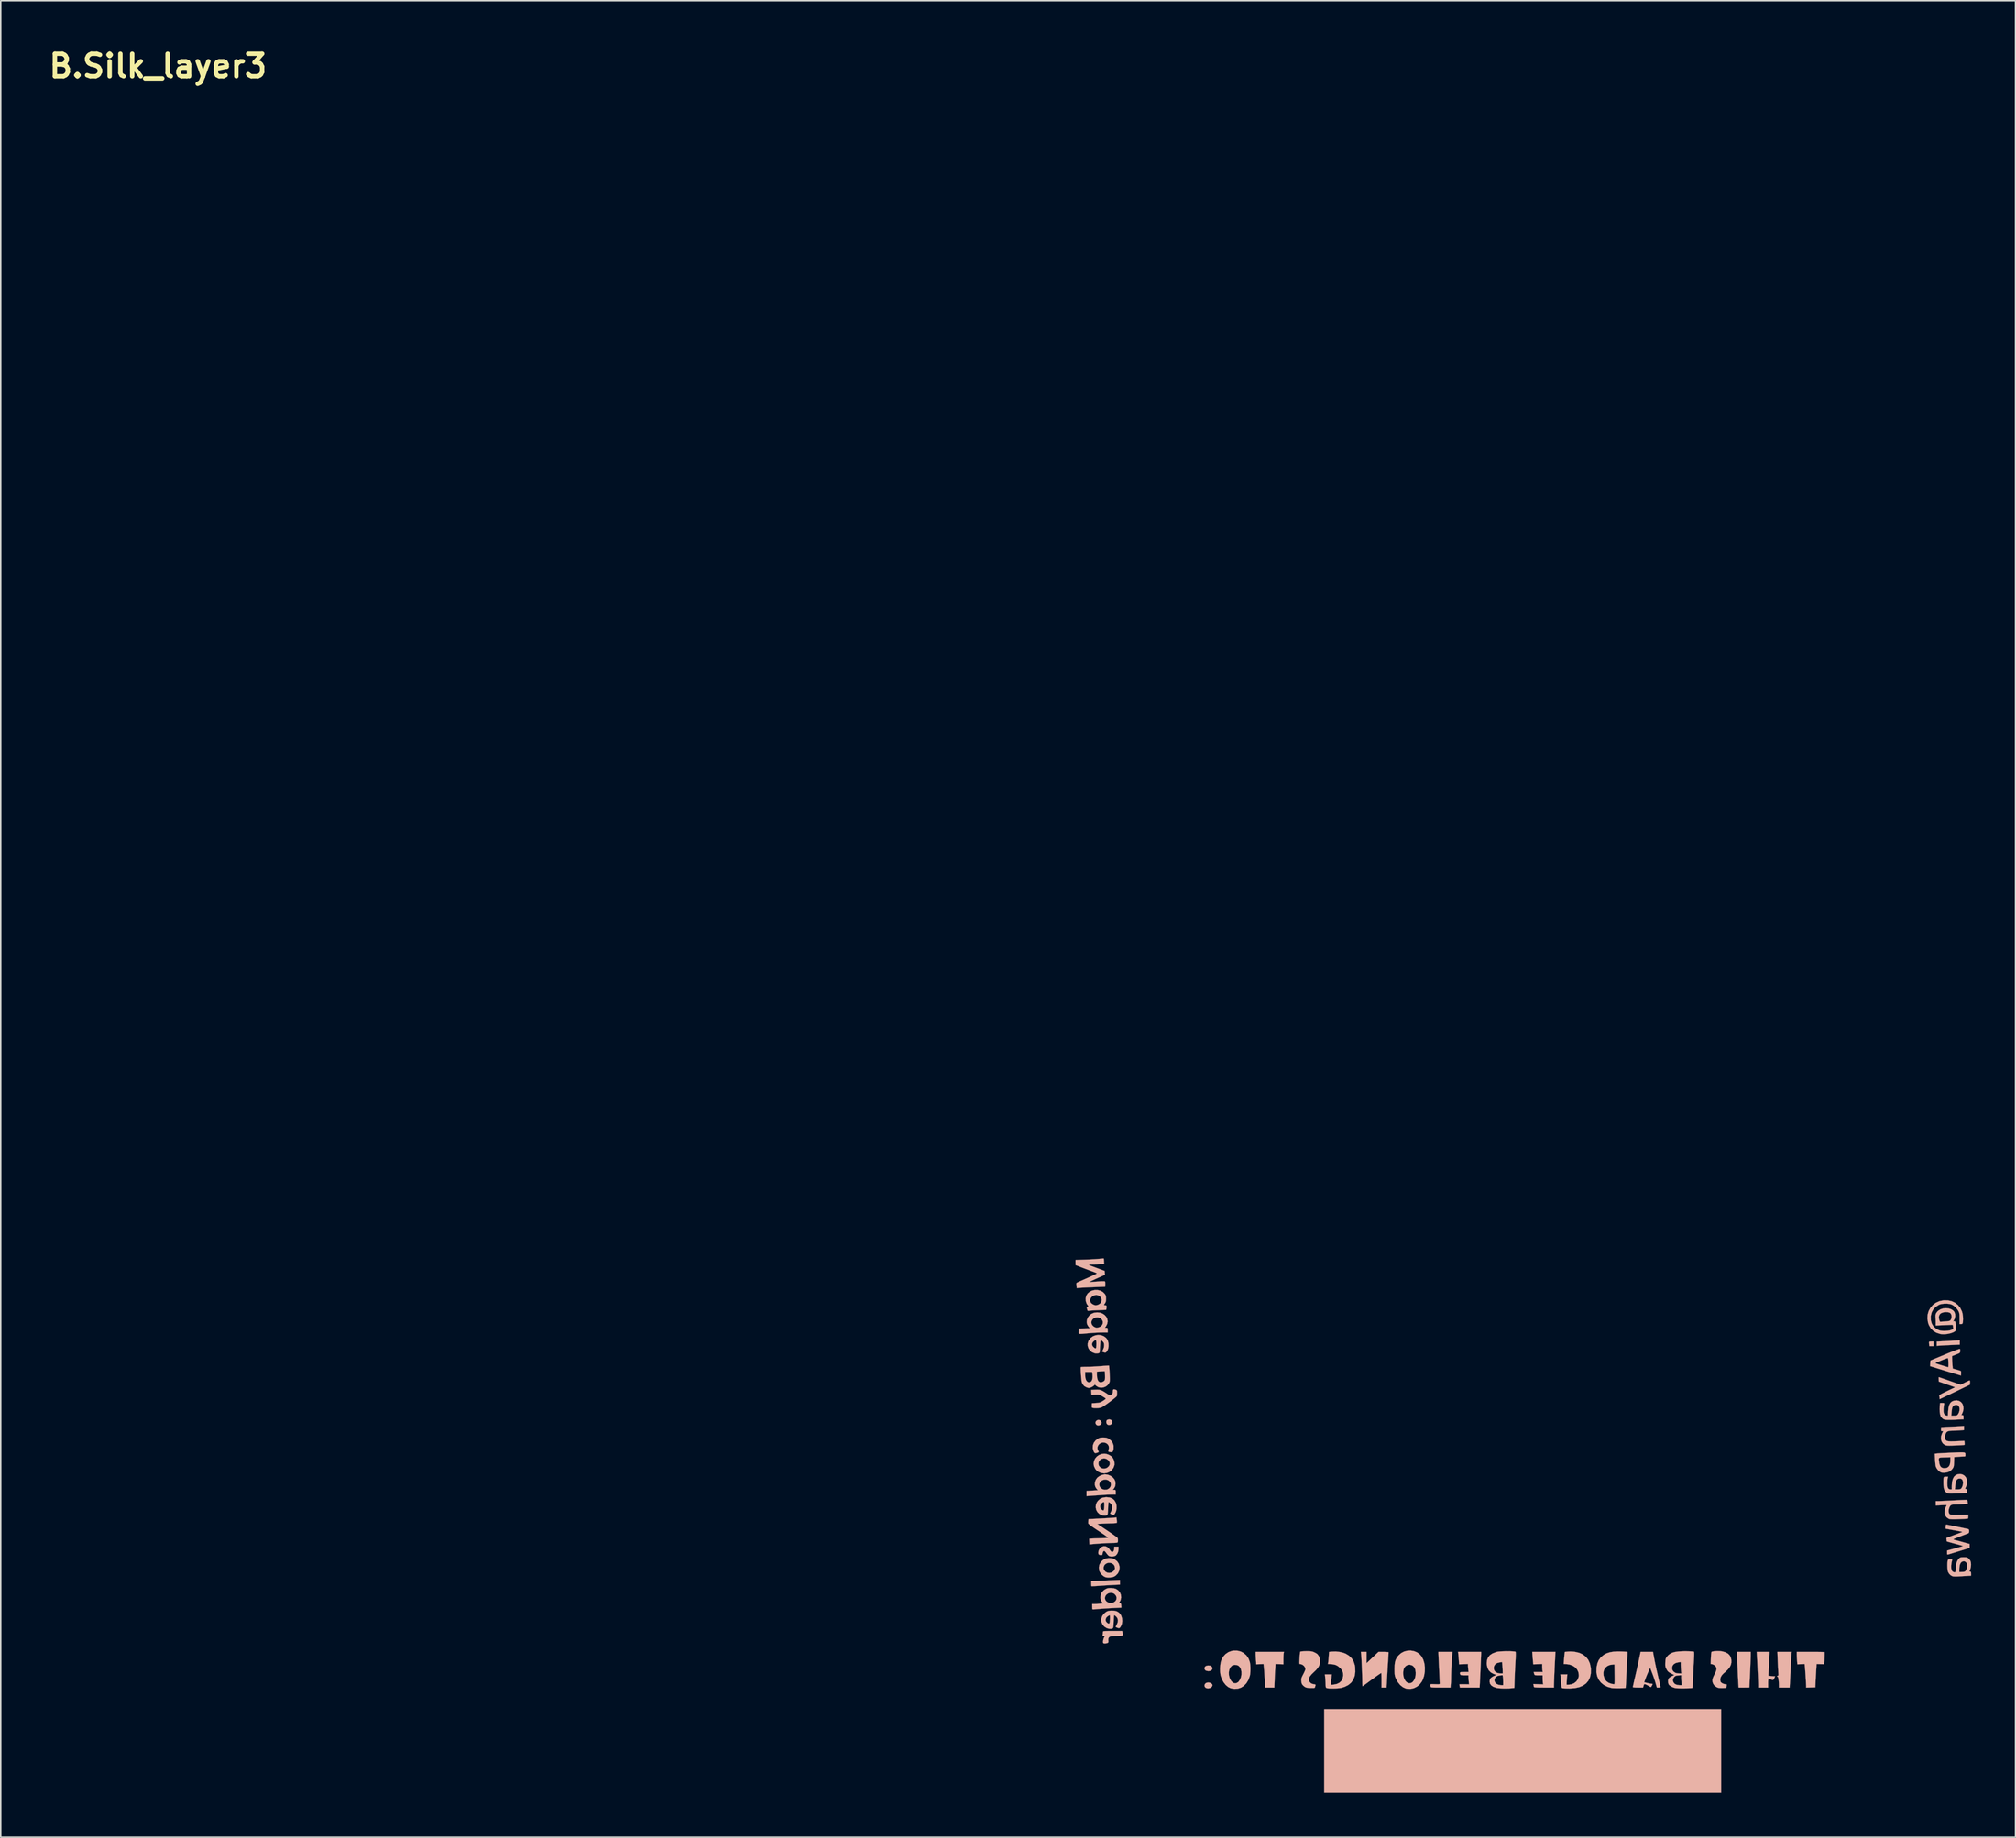
<source format=kicad_pcb>
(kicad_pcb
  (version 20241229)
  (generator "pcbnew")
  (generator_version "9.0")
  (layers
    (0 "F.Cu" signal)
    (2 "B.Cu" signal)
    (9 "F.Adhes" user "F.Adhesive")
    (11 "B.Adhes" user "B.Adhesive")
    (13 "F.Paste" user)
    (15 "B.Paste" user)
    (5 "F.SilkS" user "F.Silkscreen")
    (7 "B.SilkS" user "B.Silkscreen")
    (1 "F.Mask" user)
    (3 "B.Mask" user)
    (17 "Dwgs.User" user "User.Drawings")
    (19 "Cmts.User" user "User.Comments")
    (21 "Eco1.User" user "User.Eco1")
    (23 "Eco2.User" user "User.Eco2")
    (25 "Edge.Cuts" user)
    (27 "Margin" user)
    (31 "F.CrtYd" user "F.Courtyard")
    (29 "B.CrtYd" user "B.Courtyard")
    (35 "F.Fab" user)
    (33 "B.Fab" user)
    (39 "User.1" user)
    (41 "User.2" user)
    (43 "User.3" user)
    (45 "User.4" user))
  (footprint "B.Silk_layer3"
    (layer "F.Cu")
    (at 7.627 1.418)
    (property "Reference" "B.Silk_layer3" (at 0 0 0) (layer "F.SilkS") (effects (font (size 1.524 1.524) (thickness 0.3))))
    (attr through_hole)
    (fp_poly (pts (xy 105.664 116.745) (xy 78.835 116.745) (xy 78.835 111.093) (xy 105.664 111.093) (xy 105.664 116.745)) (stroke (width 0.01) (type solid)) (fill yes) (layer "B.SilkS"))
    (fp_poly (pts (xy 120.015 86.55) (xy 119.736 86.55) (xy 119.722 86.416) (xy 119.716 86.327) (xy 119.718 86.267) (xy 119.72 86.257) (xy 119.757 86.242) (xy 119.834 86.234) (xy 119.874 86.233) (xy 120.015 86.233) (xy 120.015 86.55)) (stroke (width 0.01) (type solid)) (fill yes) (layer "B.SilkS"))
    (fp_poly (pts (xy 63.687 91.564) (xy 63.759 91.637) (xy 63.786 91.733) (xy 63.758 91.816) (xy 63.689 91.877) (xy 63.597 91.909) (xy 63.502 91.904) (xy 63.426 91.858) (xy 63.376 91.766) (xy 63.381 91.672) (xy 63.431 91.594) (xy 63.52 91.544) (xy 63.588 91.535) (xy 63.687 91.564)) (stroke (width 0.01) (type solid)) (fill yes) (layer "B.SilkS"))
    (fp_poly (pts (xy 64.38 91.516) (xy 64.464 91.567) (xy 64.511 91.648) (xy 64.516 91.689) (xy 64.489 91.779) (xy 64.419 91.845) (xy 64.327 91.879) (xy 64.232 91.874) (xy 64.156 91.826) (xy 64.113 91.746) (xy 64.104 91.653) (xy 64.128 91.572) (xy 64.165 91.536) (xy 64.275 91.504) (xy 64.38 91.516)) (stroke (width 0.01) (type solid)) (fill yes) (layer "B.SilkS"))
    (fp_poly (pts (xy 121.793 86.446) (xy 121.309 86.467) (xy 121.109 86.477) (xy 120.903 86.487) (xy 120.712 86.497) (xy 120.558 86.506) (xy 120.531 86.508) (xy 120.237 86.527) (xy 120.237 86.242) (xy 120.594 86.222) (xy 120.776 86.212) (xy 120.991 86.201) (xy 121.211 86.189) (xy 121.372 86.181) (xy 121.793 86.16) (xy 121.793 86.446)) (stroke (width 0.01) (type solid)) (fill yes) (layer "B.SilkS"))
    (fp_poly (pts (xy 71.091 109.305) (xy 71.19 109.346) (xy 71.258 109.41) (xy 71.279 109.475) (xy 71.25 109.562) (xy 71.176 109.632) (xy 71.073 109.676) (xy 70.958 109.688) (xy 70.847 109.662) (xy 70.841 109.659) (xy 70.768 109.592) (xy 70.741 109.504) (xy 70.761 109.413) (xy 70.825 109.338) (xy 70.867 109.315) (xy 70.978 109.292) (xy 71.091 109.305)) (stroke (width 0.01) (type solid)) (fill yes) (layer "B.SilkS"))
    (fp_poly (pts (xy 71.141 108.158) (xy 71.215 108.204) (xy 71.271 108.293) (xy 71.27 108.38) (xy 71.221 108.454) (xy 71.129 108.505) (xy 71.016 108.522) (xy 70.913 108.51) (xy 70.825 108.481) (xy 70.81 108.472) (xy 70.75 108.394) (xy 70.739 108.331) (xy 70.767 108.236) (xy 70.846 108.171) (xy 70.973 108.142) (xy 71.016 108.141) (xy 71.141 108.158)) (stroke (width 0.01) (type solid)) (fill yes) (layer "B.SilkS"))
    (fp_poly (pts (xy 65.024 102.673) (xy 64.619 102.692) (xy 64.441 102.702) (xy 64.222 102.714) (xy 63.986 102.729) (xy 63.756 102.745) (xy 63.664 102.751) (xy 63.484 102.763) (xy 63.327 102.772) (xy 63.204 102.778) (xy 63.125 102.78) (xy 63.1 102.777) (xy 63.093 102.741) (xy 63.088 102.661) (xy 63.087 102.6) (xy 63.087 102.435) (xy 63.587 102.414) (xy 63.812 102.405) (xy 64.065 102.394) (xy 64.316 102.383) (xy 64.536 102.374) (xy 64.556 102.373) (xy 65.024 102.353) (xy 65.024 102.673)) (stroke (width 0.01) (type solid)) (fill yes) (layer "B.SilkS"))
    (fp_poly (pts (xy 107.663 107.466) (xy 107.662 107.536) (xy 107.658 107.66) (xy 107.652 107.826) (xy 107.644 108.024) (xy 107.635 108.245) (xy 107.625 108.479) (xy 107.614 108.716) (xy 107.604 108.945) (xy 107.594 109.158) (xy 107.585 109.342) (xy 107.578 109.49) (xy 107.572 109.59) (xy 107.57 109.625) (xy 107.54 109.628) (xy 107.459 109.63) (xy 107.34 109.632) (xy 107.207 109.633) (xy 106.844 109.633) (xy 106.827 109.403) (xy 106.821 109.304) (xy 106.813 109.156) (xy 106.804 108.97) (xy 106.795 108.755) (xy 106.785 108.524) (xy 106.775 108.286) (xy 106.766 108.053) (xy 106.757 107.835) (xy 106.751 107.644) (xy 106.746 107.49) (xy 106.743 107.383) (xy 106.743 107.355) (xy 106.743 107.22) (xy 107.664 107.22) (xy 107.663 107.466)) (stroke (width 0.01) (type solid)) (fill yes) (layer "B.SilkS"))
    (fp_poly (pts (xy 76.093 107.319) (xy 76.084 107.393) (xy 76.078 107.512) (xy 76.074 107.655) (xy 76.073 107.74) (xy 76.073 108.061) (xy 75.808 108.05) (xy 75.543 108.039) (xy 75.523 108.336) (xy 75.514 108.478) (xy 75.504 108.663) (xy 75.493 108.868) (xy 75.484 109.074) (xy 75.481 109.133) (xy 75.46 109.633) (xy 74.835 109.633) (xy 74.835 109.53) (xy 74.832 109.446) (xy 74.826 109.314) (xy 74.817 109.147) (xy 74.806 108.959) (xy 74.793 108.764) (xy 74.781 108.576) (xy 74.769 108.411) (xy 74.758 108.281) (xy 74.753 108.226) (xy 74.733 108.041) (xy 74.24 108.061) (xy 74.22 107.76) (xy 74.211 107.612) (xy 74.204 107.474) (xy 74.2 107.369) (xy 74.2 107.339) (xy 74.2 107.22) (xy 76.113 107.22) (xy 76.093 107.319)) (stroke (width 0.01) (type solid)) (fill yes) (layer "B.SilkS"))
    (fp_poly (pts (xy 110.416 107.339) (xy 110.41 107.403) (xy 110.402 107.521) (xy 110.392 107.681) (xy 110.382 107.874) (xy 110.371 108.09) (xy 110.364 108.252) (xy 110.354 108.49) (xy 110.343 108.725) (xy 110.333 108.944) (xy 110.323 109.133) (xy 110.315 109.28) (xy 110.312 109.339) (xy 110.294 109.633) (xy 109.569 109.633) (xy 109.569 109.511) (xy 109.565 109.341) (xy 109.554 109.184) (xy 109.537 109.052) (xy 109.516 108.955) (xy 109.493 108.906) (xy 109.485 108.903) (xy 109.446 108.884) (xy 109.442 108.871) (xy 109.468 108.843) (xy 109.494 108.839) (xy 109.519 108.832) (xy 109.533 108.802) (xy 109.536 108.737) (xy 109.53 108.626) (xy 109.527 108.577) (xy 109.519 108.454) (xy 109.509 108.285) (xy 109.5 108.088) (xy 109.49 107.881) (xy 109.486 107.767) (xy 109.465 107.22) (xy 110.435 107.22) (xy 110.416 107.339)) (stroke (width 0.01) (type solid)) (fill yes) (layer "B.SilkS"))
    (fp_poly (pts (xy 108.932 107.355) (xy 108.93 107.427) (xy 108.924 107.551) (xy 108.916 107.714) (xy 108.906 107.906) (xy 108.895 108.113) (xy 108.892 108.161) (xy 108.855 108.833) (xy 108.994 108.852) (xy 109.104 108.864) (xy 109.202 108.87) (xy 109.222 108.871) (xy 109.311 108.871) (xy 109.257 108.997) (xy 109.216 109.081) (xy 109.17 109.117) (xy 109.102 109.112) (xy 109.009 109.077) (xy 108.928 109.046) (xy 108.873 109.03) (xy 108.867 109.029) (xy 108.855 109.059) (xy 108.845 109.138) (xy 108.84 109.253) (xy 108.839 109.331) (xy 108.839 109.633) (xy 108.172 109.633) (xy 108.172 109.45) (xy 108.17 109.355) (xy 108.165 109.206) (xy 108.157 109.012) (xy 108.148 108.784) (xy 108.136 108.53) (xy 108.123 108.261) (xy 108.11 107.986) (xy 108.096 107.715) (xy 108.09 107.609) (xy 108.068 107.22) (xy 108.934 107.22) (xy 108.932 107.355)) (stroke (width 0.01) (type solid)) (fill yes) (layer "B.SilkS"))
    (fp_poly (pts (xy 120.41 88.656) (xy 120.495 88.685) (xy 120.623 88.729) (xy 120.785 88.785) (xy 120.974 88.851) (xy 121.12 88.903) (xy 121.847 89.159) (xy 122.137 89.014) (xy 122.262 88.953) (xy 122.367 88.904) (xy 122.438 88.875) (xy 122.461 88.868) (xy 122.481 88.897) (xy 122.487 88.977) (xy 122.485 89.011) (xy 122.476 89.154) (xy 121.777 89.491) (xy 121.56 89.596) (xy 121.34 89.701) (xy 121.132 89.801) (xy 120.948 89.889) (xy 120.802 89.958) (xy 120.753 89.981) (xy 120.428 90.134) (xy 120.428 90.044) (xy 120.421 89.958) (xy 120.408 89.902) (xy 120.413 89.879) (xy 120.446 89.847) (xy 120.515 89.802) (xy 120.625 89.743) (xy 120.783 89.664) (xy 120.934 89.59) (xy 121.479 89.329) (xy 120.38 88.945) (xy 120.37 88.796) (xy 120.368 88.708) (xy 120.372 88.654) (xy 120.377 88.646) (xy 120.41 88.656)) (stroke (width 0.01) (type solid)) (fill yes) (layer "B.SilkS"))
    (fp_poly (pts (xy 111.944 107.22) (xy 112.159 107.221) (xy 112.345 107.223) (xy 112.494 107.226) (xy 112.598 107.229) (xy 112.648 107.232) (xy 112.652 107.233) (xy 112.655 107.268) (xy 112.656 107.354) (xy 112.654 107.478) (xy 112.65 107.629) (xy 112.649 107.651) (xy 112.633 108.055) (xy 112.116 108.041) (xy 112.092 108.416) (xy 112.081 108.608) (xy 112.068 108.832) (xy 112.056 109.056) (xy 112.049 109.204) (xy 112.03 109.617) (xy 111.72 109.626) (xy 111.411 109.635) (xy 111.411 109.547) (xy 111.408 109.47) (xy 111.402 109.345) (xy 111.393 109.183) (xy 111.382 108.999) (xy 111.37 108.806) (xy 111.357 108.619) (xy 111.345 108.45) (xy 111.334 108.314) (xy 111.328 108.241) (xy 111.308 108.041) (xy 111.062 108.051) (xy 110.816 108.061) (xy 110.796 107.807) (xy 110.786 107.659) (xy 110.779 107.509) (xy 110.776 107.39) (xy 110.776 107.386) (xy 110.776 107.22) (xy 111.707 107.22) (xy 111.944 107.22)) (stroke (width 0.01) (type solid)) (fill yes) (layer "B.SilkS"))
    (fp_poly (pts (xy 64.053 100.082) (xy 64.186 100.145) (xy 64.304 100.267) (xy 64.327 100.3) (xy 64.39 100.388) (xy 64.448 100.452) (xy 64.478 100.472) (xy 64.54 100.467) (xy 64.594 100.412) (xy 64.632 100.322) (xy 64.643 100.231) (xy 64.643 100.108) (xy 64.929 100.108) (xy 64.929 100.268) (xy 64.908 100.432) (xy 64.85 100.577) (xy 64.764 100.687) (xy 64.708 100.726) (xy 64.594 100.762) (xy 64.463 100.773) (xy 64.341 100.757) (xy 64.27 100.725) (xy 64.211 100.671) (xy 64.14 100.586) (xy 64.102 100.535) (xy 64.04 100.456) (xy 63.985 100.404) (xy 63.96 100.394) (xy 63.907 100.422) (xy 63.866 100.495) (xy 63.849 100.592) (xy 63.849 100.598) (xy 63.831 100.658) (xy 63.774 100.681) (xy 63.67 100.668) (xy 63.635 100.659) (xy 63.581 100.617) (xy 63.56 100.537) (xy 63.57 100.436) (xy 63.606 100.328) (xy 63.666 100.228) (xy 63.745 100.15) (xy 63.76 100.14) (xy 63.909 100.08) (xy 64.053 100.082)) (stroke (width 0.01) (type solid)) (fill yes) (layer "B.SilkS"))
    (fp_poly (pts (xy 65.196 105.898) (xy 65.214 105.988) (xy 65.219 106.051) (xy 65.203 106.093) (xy 65.157 106.119) (xy 65.073 106.133) (xy 64.942 106.142) (xy 64.779 106.149) (xy 64.603 106.157) (xy 64.48 106.165) (xy 64.397 106.176) (xy 64.344 106.191) (xy 64.309 106.213) (xy 64.283 106.241) (xy 64.243 106.315) (xy 64.236 106.413) (xy 64.239 106.452) (xy 64.245 106.54) (xy 64.231 106.587) (xy 64.189 106.614) (xy 64.177 106.619) (xy 64.088 106.641) (xy 63.994 106.647) (xy 63.921 106.638) (xy 63.902 106.627) (xy 63.883 106.569) (xy 63.887 106.474) (xy 63.912 106.361) (xy 63.944 106.275) (xy 64.005 106.14) (xy 63.923 106.14) (xy 63.868 106.134) (xy 63.852 106.102) (xy 63.861 106.041) (xy 63.876 105.947) (xy 63.881 105.874) (xy 63.883 105.852) (xy 63.894 105.835) (xy 63.922 105.823) (xy 63.975 105.815) (xy 64.061 105.81) (xy 64.189 105.808) (xy 64.366 105.807) (xy 64.529 105.806) (xy 65.178 105.806) (xy 65.196 105.898)) (stroke (width 0.01) (type solid)) (fill yes) (layer "B.SilkS"))
    (fp_poly (pts (xy 64.031 92.731) (xy 64.131 92.749) (xy 64.223 92.788) (xy 64.271 92.815) (xy 64.432 92.943) (xy 64.542 93.104) (xy 64.599 93.288) (xy 64.597 93.486) (xy 64.582 93.558) (xy 64.548 93.659) (xy 64.506 93.709) (xy 64.437 93.72) (xy 64.353 93.709) (xy 64.272 93.692) (xy 64.241 93.667) (xy 64.245 93.625) (xy 64.246 93.62) (xy 64.283 93.445) (xy 64.27 93.304) (xy 64.204 93.192) (xy 64.113 93.119) (xy 63.98 93.067) (xy 63.847 93.065) (xy 63.723 93.105) (xy 63.619 93.18) (xy 63.543 93.28) (xy 63.505 93.397) (xy 63.515 93.524) (xy 63.548 93.599) (xy 63.585 93.673) (xy 63.582 93.713) (xy 63.53 93.742) (xy 63.495 93.755) (xy 63.394 93.783) (xy 63.328 93.775) (xy 63.28 93.721) (xy 63.24 93.641) (xy 63.189 93.453) (xy 63.197 93.264) (xy 63.26 93.086) (xy 63.374 92.931) (xy 63.523 92.815) (xy 63.621 92.764) (xy 63.714 92.737) (xy 63.829 92.727) (xy 63.897 92.726) (xy 64.031 92.731)) (stroke (width 0.01) (type solid)) (fill yes) (layer "B.SilkS"))
    (fp_poly (pts (xy 64.134 93.845) (xy 64.295 93.906) (xy 64.437 93.994) (xy 64.526 94.08) (xy 64.6 94.215) (xy 64.648 94.376) (xy 64.66 94.532) (xy 64.654 94.589) (xy 64.589 94.774) (xy 64.476 94.929) (xy 64.325 95.047) (xy 64.149 95.123) (xy 63.956 95.15) (xy 63.759 95.124) (xy 63.715 95.11) (xy 63.553 95.036) (xy 63.434 94.941) (xy 63.357 94.843) (xy 63.274 94.668) (xy 63.254 94.525) (xy 63.572 94.525) (xy 63.609 94.644) (xy 63.696 94.746) (xy 63.817 94.81) (xy 63.956 94.83) (xy 64.096 94.803) (xy 64.17 94.765) (xy 64.286 94.658) (xy 64.341 94.54) (xy 64.335 94.416) (xy 64.268 94.294) (xy 64.211 94.235) (xy 64.088 94.161) (xy 63.959 94.136) (xy 63.834 94.155) (xy 63.722 94.21) (xy 63.635 94.295) (xy 63.581 94.402) (xy 63.572 94.525) (xy 63.254 94.525) (xy 63.249 94.489) (xy 63.275 94.315) (xy 63.348 94.155) (xy 63.463 94.017) (xy 63.614 93.91) (xy 63.796 93.842) (xy 63.98 93.822) (xy 64.134 93.845)) (stroke (width 0.01) (type solid)) (fill yes) (layer "B.SilkS"))
    (fp_poly (pts (xy 87.488 107.371) (xy 87.476 107.497) (xy 87.463 107.673) (xy 87.45 107.882) (xy 87.437 108.11) (xy 87.426 108.341) (xy 87.417 108.562) (xy 87.411 108.756) (xy 87.408 108.91) (xy 87.408 108.928) (xy 87.406 109.091) (xy 87.4 109.256) (xy 87.391 109.396) (xy 87.387 109.438) (xy 87.367 109.633) (xy 86.708 109.633) (xy 86.484 109.632) (xy 86.316 109.63) (xy 86.195 109.626) (xy 86.114 109.619) (xy 86.065 109.609) (xy 86.039 109.596) (xy 86.03 109.583) (xy 86.014 109.509) (xy 86.011 109.462) (xy 86.013 109.431) (xy 86.029 109.411) (xy 86.07 109.401) (xy 86.147 109.399) (xy 86.271 109.403) (xy 86.328 109.405) (xy 86.473 109.41) (xy 86.565 109.41) (xy 86.617 109.402) (xy 86.64 109.386) (xy 86.645 109.36) (xy 86.645 109.359) (xy 86.643 109.313) (xy 86.639 109.212) (xy 86.632 109.065) (xy 86.623 108.879) (xy 86.613 108.664) (xy 86.602 108.427) (xy 86.598 108.347) (xy 86.586 108.103) (xy 86.576 107.877) (xy 86.566 107.676) (xy 86.559 107.51) (xy 86.554 107.387) (xy 86.551 107.317) (xy 86.551 107.307) (xy 86.55 107.22) (xy 87.505 107.22) (xy 87.488 107.371)) (stroke (width 0.01) (type solid)) (fill yes) (layer "B.SilkS"))
    (fp_poly (pts (xy 89.44 107.323) (xy 89.438 107.386) (xy 89.435 107.503) (xy 89.428 107.663) (xy 89.421 107.858) (xy 89.412 108.076) (xy 89.402 108.309) (xy 89.391 108.546) (xy 89.381 108.778) (xy 89.371 108.995) (xy 89.361 109.187) (xy 89.357 109.276) (xy 89.338 109.633) (xy 88.009 109.633) (xy 87.991 109.538) (xy 87.976 109.465) (xy 87.967 109.423) (xy 87.995 109.415) (xy 88.074 109.409) (xy 88.189 109.407) (xy 88.294 109.408) (xy 88.624 109.414) (xy 88.603 109.217) (xy 88.592 109.092) (xy 88.584 108.975) (xy 88.582 108.914) (xy 88.582 108.807) (xy 88.316 108.807) (xy 88.175 108.805) (xy 88.085 108.792) (xy 88.036 108.765) (xy 88.015 108.715) (xy 88.011 108.646) (xy 88.016 108.617) (xy 88.04 108.599) (xy 88.095 108.589) (xy 88.192 108.586) (xy 88.301 108.585) (xy 88.591 108.585) (xy 88.571 108.418) (xy 88.559 108.298) (xy 88.552 108.186) (xy 88.551 108.145) (xy 88.551 108.039) (xy 88.251 108.05) (xy 87.952 108.061) (xy 87.933 107.791) (xy 87.922 107.643) (xy 87.91 107.499) (xy 87.9 107.385) (xy 87.898 107.371) (xy 87.882 107.22) (xy 89.44 107.22) (xy 89.44 107.323)) (stroke (width 0.01) (type solid)) (fill yes) (layer "B.SilkS"))
    (fp_poly (pts (xy 64.445 100.89) (xy 64.544 100.909) (xy 64.636 100.948) (xy 64.682 100.974) (xy 64.841 101.101) (xy 64.947 101.263) (xy 64.998 101.453) (xy 65.003 101.532) (xy 64.973 101.734) (xy 64.886 101.911) (xy 64.747 102.056) (xy 64.629 102.131) (xy 64.525 102.165) (xy 64.384 102.186) (xy 64.233 102.192) (xy 64.099 102.181) (xy 64.047 102.169) (xy 63.925 102.107) (xy 63.803 102.003) (xy 63.7 101.877) (xy 63.633 101.748) (xy 63.627 101.727) (xy 63.602 101.522) (xy 63.606 101.497) (xy 63.919 101.497) (xy 63.927 101.616) (xy 63.961 101.696) (xy 64.047 101.8) (xy 64.167 101.863) (xy 64.305 101.882) (xy 64.444 101.856) (xy 64.569 101.783) (xy 64.59 101.763) (xy 64.659 101.678) (xy 64.687 101.589) (xy 64.689 101.537) (xy 64.662 101.407) (xy 64.59 101.306) (xy 64.485 101.236) (xy 64.362 101.2) (xy 64.231 101.2) (xy 64.108 101.241) (xy 64.003 101.324) (xy 63.967 101.375) (xy 63.919 101.497) (xy 63.606 101.497) (xy 63.637 101.329) (xy 63.728 101.158) (xy 63.873 101.016) (xy 63.936 100.975) (xy 64.034 100.924) (xy 64.126 100.897) (xy 64.241 100.886) (xy 64.31 100.886) (xy 64.445 100.89)) (stroke (width 0.01) (type solid)) (fill yes) (layer "B.SilkS"))
    (fp_poly (pts (xy 94.443 107.577) (xy 94.435 107.732) (xy 94.425 107.923) (xy 94.415 108.141) (xy 94.404 108.374) (xy 94.394 108.611) (xy 94.384 108.841) (xy 94.376 109.055) (xy 94.369 109.24) (xy 94.364 109.386) (xy 94.362 109.483) (xy 94.361 109.498) (xy 94.361 109.633) (xy 93.693 109.633) (xy 93.457 109.632) (xy 93.278 109.629) (xy 93.15 109.623) (xy 93.067 109.615) (xy 93.024 109.603) (xy 93.013 109.593) (xy 92.997 109.532) (xy 92.984 109.474) (xy 92.967 109.395) (xy 93.303 109.406) (xy 93.64 109.417) (xy 93.62 109.342) (xy 93.61 109.273) (xy 93.602 109.165) (xy 93.599 109.039) (xy 93.599 109.037) (xy 93.599 108.807) (xy 93.331 108.807) (xy 93.196 108.806) (xy 93.111 108.8) (xy 93.062 108.781) (xy 93.036 108.746) (xy 93.019 108.686) (xy 93.015 108.672) (xy 92.995 108.585) (xy 93.607 108.585) (xy 93.587 108.486) (xy 93.576 108.395) (xy 93.568 108.277) (xy 93.567 108.213) (xy 93.567 108.039) (xy 93.267 108.05) (xy 92.967 108.061) (xy 92.95 107.902) (xy 92.94 107.791) (xy 92.928 107.646) (xy 92.916 107.497) (xy 92.915 107.482) (xy 92.896 107.22) (xy 94.464 107.22) (xy 94.443 107.577)) (stroke (width 0.01) (type solid)) (fill yes) (layer "B.SilkS"))
    (fp_poly (pts (xy 81.693 107.987) (xy 82.098 107.604) (xy 82.502 107.22) (xy 82.844 107.22) (xy 82.99 107.223) (xy 83.103 107.23) (xy 83.17 107.241) (xy 83.185 107.25) (xy 83.183 107.289) (xy 83.178 107.383) (xy 83.169 107.52) (xy 83.159 107.694) (xy 83.146 107.892) (xy 83.139 108.004) (xy 83.124 108.248) (xy 83.109 108.503) (xy 83.095 108.752) (xy 83.083 108.976) (xy 83.073 109.157) (xy 83.072 109.18) (xy 83.051 109.633) (xy 82.709 109.633) (xy 82.709 109.141) (xy 82.708 108.972) (xy 82.704 108.828) (xy 82.7 108.72) (xy 82.694 108.659) (xy 82.69 108.648) (xy 82.654 108.667) (xy 82.575 108.717) (xy 82.462 108.795) (xy 82.32 108.894) (xy 82.16 109.009) (xy 81.987 109.134) (xy 81.811 109.265) (xy 81.8 109.273) (xy 81.671 109.369) (xy 81.56 109.449) (xy 81.477 109.507) (xy 81.432 109.536) (xy 81.427 109.537) (xy 81.419 109.508) (xy 81.412 109.428) (xy 81.408 109.312) (xy 81.407 109.218) (xy 81.405 109.086) (xy 81.401 108.912) (xy 81.395 108.706) (xy 81.387 108.48) (xy 81.377 108.247) (xy 81.367 108.017) (xy 81.357 107.802) (xy 81.347 107.614) (xy 81.338 107.464) (xy 81.33 107.365) (xy 81.329 107.355) (xy 81.313 107.22) (xy 81.693 107.22) (xy 81.693 107.987)) (stroke (width 0.01) (type solid)) (fill yes) (layer "B.SilkS"))
    (fp_poly (pts (xy 122.079 92.224) (xy 121.836 92.245) (xy 121.686 92.255) (xy 121.531 92.263) (xy 121.412 92.266) (xy 121.215 92.27) (xy 121.07 92.286) (xy 120.969 92.316) (xy 120.902 92.363) (xy 120.871 92.403) (xy 120.812 92.539) (xy 120.787 92.684) (xy 120.8 92.813) (xy 120.808 92.836) (xy 120.839 92.893) (xy 120.882 92.936) (xy 120.947 92.965) (xy 121.041 92.982) (xy 121.174 92.989) (xy 121.354 92.987) (xy 121.565 92.979) (xy 122.103 92.956) (xy 122.118 93.079) (xy 122.124 93.163) (xy 122.118 93.217) (xy 122.114 93.223) (xy 122.078 93.231) (xy 121.988 93.239) (xy 121.855 93.248) (xy 121.689 93.257) (xy 121.501 93.264) (xy 121.491 93.265) (xy 121.278 93.272) (xy 121.118 93.275) (xy 121.001 93.274) (xy 120.917 93.269) (xy 120.857 93.259) (xy 120.809 93.243) (xy 120.778 93.228) (xy 120.648 93.127) (xy 120.562 92.989) (xy 120.521 92.824) (xy 120.53 92.645) (xy 120.59 92.462) (xy 120.598 92.446) (xy 120.673 92.297) (xy 120.596 92.297) (xy 120.548 92.291) (xy 120.528 92.262) (xy 120.527 92.193) (xy 120.529 92.162) (xy 120.539 92.027) (xy 120.983 92.006) (xy 121.183 91.997) (xy 121.395 91.986) (xy 121.595 91.975) (xy 121.753 91.966) (xy 122.079 91.946) (xy 122.079 92.224)) (stroke (width 0.01) (type solid)) (fill yes) (layer "B.SilkS"))
    (fp_poly (pts (xy 64.215 95.244) (xy 64.388 95.315) (xy 64.539 95.421) (xy 64.651 95.554) (xy 64.705 95.674) (xy 64.729 95.852) (xy 64.703 96.021) (xy 64.63 96.162) (xy 64.621 96.172) (xy 64.542 96.266) (xy 64.64 96.266) (xy 64.698 96.269) (xy 64.727 96.29) (xy 64.737 96.344) (xy 64.738 96.425) (xy 64.738 96.584) (xy 64.492 96.585) (xy 64.361 96.588) (xy 64.189 96.594) (xy 64 96.604) (xy 63.833 96.615) (xy 63.638 96.629) (xy 63.426 96.643) (xy 63.228 96.657) (xy 63.095 96.666) (xy 62.77 96.688) (xy 62.77 96.337) (xy 63.537 96.29) (xy 63.452 96.202) (xy 63.365 96.068) (xy 63.329 95.917) (xy 63.627 95.917) (xy 63.656 96.043) (xy 63.733 96.147) (xy 63.846 96.222) (xy 63.981 96.259) (xy 64.125 96.252) (xy 64.182 96.235) (xy 64.307 96.159) (xy 64.387 96.054) (xy 64.419 95.934) (xy 64.404 95.811) (xy 64.34 95.699) (xy 64.23 95.615) (xy 64.089 95.571) (xy 63.948 95.576) (xy 63.818 95.622) (xy 63.712 95.704) (xy 63.645 95.814) (xy 63.627 95.917) (xy 63.329 95.917) (xy 63.327 95.91) (xy 63.338 95.742) (xy 63.398 95.58) (xy 63.503 95.437) (xy 63.634 95.34) (xy 63.797 95.265) (xy 63.965 95.223) (xy 64.031 95.218) (xy 64.215 95.244)) (stroke (width 0.01) (type solid)) (fill yes) (layer "B.SilkS"))
    (fp_poly (pts (xy 95.63 107.201) (xy 95.771 107.216) (xy 96.064 107.283) (xy 96.314 107.397) (xy 96.519 107.555) (xy 96.678 107.756) (xy 96.789 107.998) (xy 96.851 108.28) (xy 96.861 108.379) (xy 96.855 108.678) (xy 96.798 108.94) (xy 96.691 109.165) (xy 96.535 109.351) (xy 96.33 109.497) (xy 96.077 109.604) (xy 95.778 109.669) (xy 95.434 109.692) (xy 95.378 109.692) (xy 95.226 109.689) (xy 95.092 109.685) (xy 94.991 109.679) (xy 94.944 109.674) (xy 94.912 109.662) (xy 94.89 109.633) (xy 94.876 109.575) (xy 94.864 109.474) (xy 94.856 109.369) (xy 94.844 109.215) (xy 94.832 109.062) (xy 94.82 108.938) (xy 94.817 108.91) (xy 94.798 108.744) (xy 95.269 108.744) (xy 95.246 108.926) (xy 95.232 109.066) (xy 95.223 109.213) (xy 95.221 109.276) (xy 95.218 109.442) (xy 95.341 109.442) (xy 95.547 109.415) (xy 95.727 109.339) (xy 95.874 109.221) (xy 95.98 109.069) (xy 96.037 108.89) (xy 96.044 108.796) (xy 96.014 108.593) (xy 95.93 108.413) (xy 95.797 108.264) (xy 95.621 108.15) (xy 95.407 108.076) (xy 95.239 108.052) (xy 95.021 108.036) (xy 95.042 107.763) (xy 95.054 107.618) (xy 95.066 107.48) (xy 95.078 107.374) (xy 95.08 107.357) (xy 95.098 107.224) (xy 95.306 107.202) (xy 95.455 107.195) (xy 95.63 107.201)) (stroke (width 0.01) (type solid)) (fill yes) (layer "B.SilkS"))
    (fp_poly (pts (xy 72.96 107.138) (xy 73.197 107.198) (xy 73.406 107.311) (xy 73.582 107.471) (xy 73.718 107.676) (xy 73.802 107.901) (xy 73.833 108.08) (xy 73.847 108.295) (xy 73.845 108.518) (xy 73.827 108.725) (xy 73.802 108.854) (xy 73.707 109.117) (xy 73.573 109.338) (xy 73.407 109.512) (xy 73.212 109.636) (xy 72.994 109.708) (xy 72.759 109.723) (xy 72.511 109.678) (xy 72.505 109.676) (xy 72.337 109.594) (xy 72.178 109.459) (xy 72.037 109.282) (xy 71.921 109.073) (xy 71.839 108.844) (xy 71.818 108.753) (xy 71.8 108.609) (xy 72.383 108.609) (xy 72.392 108.803) (xy 72.443 108.996) (xy 72.454 109.024) (xy 72.545 109.185) (xy 72.651 109.293) (xy 72.767 109.344) (xy 72.886 109.338) (xy 73.005 109.272) (xy 73.045 109.234) (xy 73.143 109.093) (xy 73.208 108.925) (xy 73.24 108.743) (xy 73.238 108.561) (xy 73.202 108.393) (xy 73.133 108.252) (xy 73.036 108.156) (xy 72.913 108.107) (xy 72.772 108.098) (xy 72.642 108.13) (xy 72.591 108.158) (xy 72.485 108.273) (xy 72.415 108.428) (xy 72.383 108.609) (xy 71.8 108.609) (xy 71.793 108.551) (xy 71.791 108.324) (xy 71.809 108.097) (xy 71.846 107.892) (xy 71.882 107.777) (xy 71.999 107.554) (xy 72.161 107.373) (xy 72.358 107.238) (xy 72.585 107.155) (xy 72.702 107.136) (xy 72.96 107.138)) (stroke (width 0.01) (type solid)) (fill yes) (layer "B.SilkS"))
    (fp_poly (pts (xy 79.876 107.223) (xy 80.123 107.282) (xy 80.282 107.343) (xy 80.512 107.483) (xy 80.695 107.664) (xy 80.827 107.883) (xy 80.907 108.137) (xy 80.925 108.258) (xy 80.934 108.575) (xy 80.893 108.853) (xy 80.8 109.093) (xy 80.658 109.295) (xy 80.466 109.457) (xy 80.225 109.58) (xy 80.003 109.648) (xy 79.888 109.667) (xy 79.739 109.682) (xy 79.569 109.69) (xy 79.396 109.694) (xy 79.235 109.691) (xy 79.103 109.682) (xy 79.014 109.668) (xy 79.002 109.664) (xy 78.964 109.641) (xy 78.942 109.603) (xy 78.932 109.534) (xy 78.929 109.419) (xy 78.924 109.268) (xy 78.914 109.096) (xy 78.903 108.974) (xy 78.88 108.744) (xy 79.349 108.744) (xy 79.331 108.895) (xy 79.318 109.012) (xy 79.303 109.155) (xy 79.293 109.249) (xy 79.272 109.452) (xy 79.461 109.435) (xy 79.686 109.39) (xy 79.867 109.304) (xy 80 109.177) (xy 80.084 109.013) (xy 80.116 108.813) (xy 80.116 108.791) (xy 80.103 108.627) (xy 80.056 108.494) (xy 79.966 108.369) (xy 79.894 108.295) (xy 79.749 108.177) (xy 79.603 108.103) (xy 79.43 108.063) (xy 79.317 108.052) (xy 79.084 108.037) (xy 79.101 107.938) (xy 79.111 107.863) (xy 79.123 107.744) (xy 79.135 107.603) (xy 79.14 107.531) (xy 79.161 107.224) (xy 79.371 107.201) (xy 79.617 107.195) (xy 79.876 107.223)) (stroke (width 0.01) (type solid)) (fill yes) (layer "B.SilkS"))
    (fp_poly (pts (xy 84.9 107.169) (xy 85.107 107.254) (xy 85.288 107.385) (xy 85.413 107.53) (xy 85.528 107.749) (xy 85.603 108.003) (xy 85.637 108.279) (xy 85.63 108.563) (xy 85.583 108.842) (xy 85.494 109.101) (xy 85.428 109.232) (xy 85.282 109.423) (xy 85.1 109.572) (xy 84.893 109.674) (xy 84.67 109.723) (xy 84.443 109.717) (xy 84.34 109.693) (xy 84.151 109.607) (xy 83.974 109.466) (xy 83.818 109.278) (xy 83.689 109.05) (xy 83.657 108.974) (xy 83.625 108.887) (xy 83.605 108.802) (xy 83.592 108.702) (xy 83.591 108.673) (xy 84.169 108.673) (xy 84.188 108.868) (xy 84.239 109.037) (xy 84.316 109.175) (xy 84.413 109.276) (xy 84.524 109.334) (xy 84.642 109.342) (xy 84.761 109.295) (xy 84.8 109.266) (xy 84.901 109.144) (xy 84.974 108.979) (xy 85.014 108.787) (xy 85.018 108.611) (xy 84.988 108.416) (xy 84.925 108.27) (xy 84.825 108.166) (xy 84.762 108.129) (xy 84.613 108.088) (xy 84.466 108.109) (xy 84.343 108.178) (xy 84.251 108.281) (xy 84.195 108.421) (xy 84.171 108.606) (xy 84.169 108.673) (xy 83.591 108.673) (xy 83.586 108.571) (xy 83.584 108.395) (xy 83.584 108.379) (xy 83.591 108.135) (xy 83.613 107.94) (xy 83.656 107.779) (xy 83.723 107.638) (xy 83.819 107.505) (xy 83.857 107.46) (xy 84.032 107.305) (xy 84.234 107.198) (xy 84.453 107.141) (xy 84.679 107.131) (xy 84.9 107.169)) (stroke (width 0.01) (type solid)) (fill yes) (layer "B.SilkS"))
    (fp_poly (pts (xy 105.598 107.169) (xy 105.723 107.184) (xy 105.734 107.186) (xy 105.961 107.251) (xy 106.136 107.35) (xy 106.259 107.484) (xy 106.332 107.654) (xy 106.353 107.77) (xy 106.355 107.941) (xy 106.32 108.097) (xy 106.244 108.249) (xy 106.122 108.405) (xy 105.949 108.573) (xy 105.839 108.665) (xy 105.712 108.798) (xy 105.63 108.943) (xy 105.598 109.089) (xy 105.62 109.225) (xy 105.635 109.257) (xy 105.696 109.319) (xy 105.796 109.372) (xy 105.91 109.405) (xy 105.969 109.41) (xy 106.026 109.417) (xy 106.042 109.448) (xy 106.033 109.51) (xy 106.019 109.588) (xy 106.013 109.636) (xy 106.013 109.637) (xy 105.984 109.649) (xy 105.905 109.659) (xy 105.792 109.664) (xy 105.734 109.665) (xy 105.593 109.663) (xy 105.496 109.654) (xy 105.422 109.634) (xy 105.351 109.598) (xy 105.309 109.572) (xy 105.199 109.487) (xy 105.13 109.385) (xy 105.108 109.336) (xy 105.077 109.229) (xy 105.071 109.126) (xy 105.094 109.014) (xy 105.149 108.877) (xy 105.223 108.728) (xy 105.305 108.556) (xy 105.346 108.422) (xy 105.346 108.314) (xy 105.308 108.223) (xy 105.265 108.17) (xy 105.178 108.103) (xy 105.08 108.06) (xy 105.067 108.057) (xy 104.958 108.037) (xy 104.971 107.644) (xy 104.979 107.491) (xy 104.989 107.361) (xy 105.002 107.266) (xy 105.015 107.221) (xy 105.016 107.22) (xy 105.072 107.196) (xy 105.174 107.178) (xy 105.307 107.167) (xy 105.454 107.164) (xy 105.598 107.169)) (stroke (width 0.01) (type solid)) (fill yes) (layer "B.SilkS"))
    (fp_poly (pts (xy 63.682 84.291) (xy 63.853 84.353) (xy 63.996 84.45) (xy 64.105 84.573) (xy 64.173 84.718) (xy 64.195 84.878) (xy 64.165 85.045) (xy 64.086 85.2) (xy 64.01 85.312) (xy 64.104 85.312) (xy 64.16 85.316) (xy 64.188 85.337) (xy 64.197 85.393) (xy 64.198 85.471) (xy 64.198 85.63) (xy 63.81 85.631) (xy 63.631 85.634) (xy 63.414 85.643) (xy 63.183 85.657) (xy 62.962 85.673) (xy 62.913 85.678) (xy 62.686 85.698) (xy 62.516 85.714) (xy 62.393 85.721) (xy 62.311 85.72) (xy 62.262 85.709) (xy 62.237 85.685) (xy 62.23 85.649) (xy 62.233 85.597) (xy 62.236 85.542) (xy 62.246 85.36) (xy 62.621 85.351) (xy 62.997 85.342) (xy 62.902 85.234) (xy 62.815 85.091) (xy 62.793 84.992) (xy 63.094 84.992) (xy 63.139 85.113) (xy 63.233 85.215) (xy 63.323 85.267) (xy 63.402 85.299) (xy 63.463 85.308) (xy 63.536 85.297) (xy 63.601 85.279) (xy 63.733 85.216) (xy 63.825 85.119) (xy 63.871 85.002) (xy 63.868 84.876) (xy 63.809 84.756) (xy 63.801 84.745) (xy 63.681 84.647) (xy 63.54 84.601) (xy 63.394 84.607) (xy 63.257 84.665) (xy 63.169 84.744) (xy 63.103 84.865) (xy 63.094 84.992) (xy 62.793 84.992) (xy 62.781 84.933) (xy 62.796 84.771) (xy 62.857 84.616) (xy 62.959 84.478) (xy 63.098 84.369) (xy 63.268 84.299) (xy 63.278 84.296) (xy 63.488 84.27) (xy 63.682 84.291)) (stroke (width 0.01) (type solid)) (fill yes) (layer "B.SilkS"))
    (fp_poly (pts (xy 64.337 96.784) (xy 64.515 96.856) (xy 64.653 96.976) (xy 64.75 97.145) (xy 64.765 97.184) (xy 64.797 97.347) (xy 64.798 97.529) (xy 64.766 97.699) (xy 64.737 97.777) (xy 64.677 97.889) (xy 64.625 97.947) (xy 64.568 97.961) (xy 64.491 97.937) (xy 64.471 97.928) (xy 64.401 97.89) (xy 64.367 97.861) (xy 64.366 97.855) (xy 64.464 97.654) (xy 64.506 97.481) (xy 64.494 97.336) (xy 64.427 97.215) (xy 64.39 97.179) (xy 64.323 97.124) (xy 64.273 97.094) (xy 64.265 97.091) (xy 64.253 97.121) (xy 64.242 97.203) (xy 64.233 97.324) (xy 64.226 97.473) (xy 64.225 97.499) (xy 64.217 97.698) (xy 64.205 97.839) (xy 64.187 97.926) (xy 64.171 97.96) (xy 64.104 97.997) (xy 63.996 98.009) (xy 63.868 97.995) (xy 63.807 97.98) (xy 63.64 97.9) (xy 63.513 97.779) (xy 63.428 97.63) (xy 63.389 97.462) (xy 63.395 97.356) (xy 63.689 97.356) (xy 63.701 97.474) (xy 63.766 97.58) (xy 63.795 97.607) (xy 63.864 97.652) (xy 63.912 97.656) (xy 63.943 97.613) (xy 63.961 97.518) (xy 63.97 97.369) (xy 63.972 97.223) (xy 63.963 97.134) (xy 63.94 97.094) (xy 63.897 97.098) (xy 63.831 97.137) (xy 63.821 97.143) (xy 63.729 97.24) (xy 63.689 97.356) (xy 63.395 97.356) (xy 63.398 97.289) (xy 63.46 97.12) (xy 63.538 97.01) (xy 63.683 96.879) (xy 63.849 96.799) (xy 64.05 96.765) (xy 64.119 96.762) (xy 64.337 96.784)) (stroke (width 0.01) (type solid)) (fill yes) (layer "B.SilkS"))
    (fp_poly (pts (xy 64.752 89.502) (xy 64.798 89.526) (xy 64.823 89.563) (xy 64.832 89.632) (xy 64.833 89.717) (xy 64.829 89.822) (xy 64.819 89.902) (xy 64.809 89.932) (xy 64.759 89.984) (xy 64.667 90.063) (xy 64.544 90.161) (xy 64.4 90.269) (xy 64.248 90.381) (xy 64.099 90.488) (xy 63.962 90.581) (xy 63.849 90.653) (xy 63.771 90.695) (xy 63.766 90.697) (xy 63.68 90.721) (xy 63.564 90.736) (xy 63.436 90.742) (xy 63.312 90.74) (xy 63.21 90.729) (xy 63.145 90.71) (xy 63.132 90.697) (xy 63.123 90.638) (xy 63.124 90.549) (xy 63.125 90.531) (xy 63.135 90.408) (xy 63.405 90.392) (xy 63.555 90.38) (xy 63.664 90.359) (xy 63.754 90.325) (xy 63.818 90.29) (xy 63.96 90.199) (xy 64.045 90.134) (xy 64.072 90.096) (xy 64.046 90.073) (xy 63.979 90.026) (xy 63.882 89.965) (xy 63.849 89.946) (xy 63.738 89.881) (xy 63.656 89.842) (xy 63.579 89.824) (xy 63.485 89.821) (xy 63.365 89.825) (xy 63.103 89.837) (xy 63.084 89.51) (xy 63.348 89.496) (xy 63.512 89.492) (xy 63.644 89.504) (xy 63.764 89.538) (xy 63.89 89.6) (xy 64.042 89.695) (xy 64.078 89.719) (xy 64.187 89.791) (xy 64.276 89.847) (xy 64.331 89.88) (xy 64.343 89.884) (xy 64.38 89.868) (xy 64.444 89.826) (xy 64.456 89.819) (xy 64.516 89.765) (xy 64.542 89.701) (xy 64.548 89.612) (xy 64.557 89.518) (xy 64.591 89.474) (xy 64.661 89.473) (xy 64.752 89.502)) (stroke (width 0.01) (type solid)) (fill yes) (layer "B.SilkS"))
    (fp_poly (pts (xy 101.078 107.339) (xy 101.18 107.882) (xy 101.303 108.461) (xy 101.412 108.93) (xy 101.459 109.125) (xy 101.5 109.298) (xy 101.533 109.442) (xy 101.556 109.545) (xy 101.568 109.6) (xy 101.568 109.605) (xy 101.54 109.622) (xy 101.47 109.632) (xy 101.444 109.633) (xy 101.319 109.633) (xy 101.268 109.45) (xy 101.211 109.254) (xy 101.157 109.082) (xy 101.097 108.909) (xy 101.024 108.71) (xy 100.992 108.628) (xy 100.862 108.292) (xy 100.74 108.568) (xy 100.673 108.722) (xy 100.606 108.885) (xy 100.551 109.028) (xy 100.539 109.059) (xy 100.462 109.274) (xy 100.678 109.326) (xy 100.797 109.353) (xy 100.9 109.372) (xy 100.962 109.379) (xy 101.015 109.386) (xy 101.028 109.396) (xy 101.015 109.438) (xy 100.982 109.502) (xy 100.946 109.564) (xy 100.918 109.599) (xy 100.914 109.601) (xy 100.879 109.586) (xy 100.809 109.549) (xy 100.764 109.524) (xy 100.665 109.469) (xy 100.572 109.424) (xy 100.545 109.414) (xy 100.489 109.397) (xy 100.457 109.413) (xy 100.432 109.472) (xy 100.421 109.507) (xy 100.383 109.633) (xy 100.039 109.633) (xy 99.867 109.63) (xy 99.753 109.62) (xy 99.699 109.605) (xy 99.695 109.599) (xy 99.702 109.559) (xy 99.722 109.467) (xy 99.752 109.331) (xy 99.79 109.16) (xy 99.836 108.964) (xy 99.867 108.829) (xy 99.923 108.588) (xy 99.98 108.339) (xy 100.034 108.096) (xy 100.082 107.876) (xy 100.121 107.697) (xy 100.129 107.656) (xy 100.219 107.22) (xy 101.057 107.22) (xy 101.078 107.339)) (stroke (width 0.01) (type solid)) (fill yes) (layer "B.SilkS"))
    (fp_poly (pts (xy 64.61 102.919) (xy 64.755 102.961) (xy 64.913 103.065) (xy 65.026 103.204) (xy 65.092 103.368) (xy 65.107 103.545) (xy 65.066 103.722) (xy 65.02 103.812) (xy 64.958 103.913) (xy 65.031 103.923) (xy 65.077 103.939) (xy 65.101 103.981) (xy 65.112 104.067) (xy 65.113 104.081) (xy 65.122 104.228) (xy 64.668 104.249) (xy 64.466 104.259) (xy 64.243 104.272) (xy 64.014 104.286) (xy 63.791 104.302) (xy 63.589 104.317) (xy 63.421 104.331) (xy 63.301 104.343) (xy 63.289 104.345) (xy 63.213 104.348) (xy 63.17 104.339) (xy 63.169 104.339) (xy 63.159 104.299) (xy 63.152 104.217) (xy 63.151 104.151) (xy 63.151 103.981) (xy 63.349 103.981) (xy 63.491 103.977) (xy 63.637 103.968) (xy 63.712 103.961) (xy 63.876 103.941) (xy 63.793 103.814) (xy 63.733 103.698) (xy 63.712 103.583) (xy 64.008 103.583) (xy 64.036 103.708) (xy 64.113 103.808) (xy 64.224 103.88) (xy 64.358 103.916) (xy 64.5 103.909) (xy 64.611 103.87) (xy 64.726 103.781) (xy 64.789 103.668) (xy 64.8 103.543) (xy 64.758 103.419) (xy 64.663 103.309) (xy 64.625 103.281) (xy 64.496 103.228) (xy 64.358 103.226) (xy 64.227 103.266) (xy 64.116 103.343) (xy 64.039 103.449) (xy 64.008 103.578) (xy 64.008 103.583) (xy 63.712 103.583) (xy 63.71 103.572) (xy 63.709 103.524) (xy 63.733 103.336) (xy 63.809 103.18) (xy 63.94 103.051) (xy 64.009 103.005) (xy 64.112 102.948) (xy 64.199 102.917) (xy 64.3 102.904) (xy 64.403 102.902) (xy 64.61 102.919)) (stroke (width 0.01) (type solid)) (fill yes) (layer "B.SilkS"))
    (fp_poly (pts (xy 122.292 96.946) (xy 122.293 96.946) (xy 122.305 96.983) (xy 122.319 97.059) (xy 122.323 97.084) (xy 122.34 97.209) (xy 122.074 97.229) (xy 121.916 97.239) (xy 121.749 97.247) (xy 121.61 97.25) (xy 121.603 97.25) (xy 121.428 97.253) (xy 121.306 97.264) (xy 121.222 97.287) (xy 121.164 97.328) (xy 121.121 97.39) (xy 121.093 97.45) (xy 121.045 97.601) (xy 121.04 97.732) (xy 121.041 97.737) (xy 121.053 97.812) (xy 121.072 97.868) (xy 121.105 97.908) (xy 121.161 97.935) (xy 121.248 97.951) (xy 121.375 97.957) (xy 121.55 97.958) (xy 121.763 97.955) (xy 122.365 97.945) (xy 122.365 98.072) (xy 122.359 98.156) (xy 122.346 98.207) (xy 122.341 98.213) (xy 122.303 98.219) (xy 122.212 98.225) (xy 122.078 98.233) (xy 121.912 98.24) (xy 121.73 98.247) (xy 121.508 98.254) (xy 121.34 98.256) (xy 121.218 98.253) (xy 121.132 98.246) (xy 121.072 98.233) (xy 121.047 98.223) (xy 120.905 98.126) (xy 120.81 97.993) (xy 120.764 97.832) (xy 120.771 97.652) (xy 120.831 97.463) (xy 120.845 97.434) (xy 120.882 97.357) (xy 120.902 97.307) (xy 120.904 97.3) (xy 120.874 97.296) (xy 120.794 97.295) (xy 120.675 97.298) (xy 120.539 97.304) (xy 120.174 97.323) (xy 120.174 97.028) (xy 120.34 97.028) (xy 120.416 97.026) (xy 120.545 97.021) (xy 120.717 97.014) (xy 120.922 97.004) (xy 121.15 96.993) (xy 121.39 96.98) (xy 121.394 96.98) (xy 121.624 96.968) (xy 121.833 96.958) (xy 122.013 96.951) (xy 122.154 96.946) (xy 122.25 96.944) (xy 122.292 96.946)) (stroke (width 0.01) (type solid)) (fill yes) (layer "B.SilkS"))
    (fp_poly (pts (xy 98.906 107.195) (xy 99.06 107.201) (xy 99.19 107.209) (xy 99.284 107.217) (xy 99.328 107.224) (xy 99.33 107.225) (xy 99.333 107.26) (xy 99.332 107.347) (xy 99.326 107.473) (xy 99.317 107.626) (xy 99.314 107.666) (xy 99.303 107.826) (xy 99.291 108.034) (xy 99.279 108.272) (xy 99.267 108.525) (xy 99.256 108.776) (xy 99.252 108.867) (xy 99.243 109.081) (xy 99.234 109.274) (xy 99.226 109.437) (xy 99.219 109.559) (xy 99.213 109.634) (xy 99.21 109.652) (xy 99.17 109.662) (xy 99.081 109.67) (xy 98.956 109.675) (xy 98.81 109.679) (xy 98.657 109.68) (xy 98.51 109.678) (xy 98.385 109.674) (xy 98.295 109.666) (xy 98.277 109.664) (xy 97.986 109.584) (xy 97.738 109.459) (xy 97.537 109.293) (xy 97.383 109.09) (xy 97.281 108.852) (xy 97.239 108.617) (xy 97.704 108.617) (xy 97.714 108.813) (xy 97.78 109.023) (xy 97.794 109.054) (xy 97.899 109.2) (xy 98.053 109.31) (xy 98.251 109.381) (xy 98.425 109.407) (xy 98.441 109.401) (xy 98.453 109.376) (xy 98.461 109.323) (xy 98.465 109.235) (xy 98.467 109.105) (xy 98.466 108.925) (xy 98.463 108.744) (xy 98.454 108.077) (xy 98.358 108.077) (xy 98.147 108.103) (xy 97.972 108.177) (xy 97.837 108.292) (xy 97.746 108.441) (xy 97.704 108.617) (xy 97.239 108.617) (xy 97.233 108.585) (xy 97.241 108.29) (xy 97.249 108.232) (xy 97.302 107.99) (xy 97.382 107.794) (xy 97.497 107.63) (xy 97.572 107.552) (xy 97.741 107.417) (xy 97.929 107.316) (xy 98.145 107.246) (xy 98.396 107.205) (xy 98.693 107.191) (xy 98.906 107.195)) (stroke (width 0.01) (type solid)) (fill yes) (layer "B.SilkS"))
    (fp_poly (pts (xy 121.994 93.732) (xy 122.076 93.74) (xy 122.128 93.757) (xy 122.157 93.782) (xy 122.17 93.817) (xy 122.173 93.864) (xy 122.174 93.909) (xy 122.17 93.973) (xy 122.147 94.003) (xy 122.088 94.011) (xy 122.036 94.012) (xy 121.933 94.015) (xy 121.797 94.022) (xy 121.658 94.032) (xy 121.418 94.052) (xy 121.407 94.376) (xy 121.4 94.528) (xy 121.39 94.633) (xy 121.373 94.709) (xy 121.344 94.771) (xy 121.308 94.827) (xy 121.225 94.922) (xy 121.123 95.006) (xy 121.093 95.025) (xy 120.952 95.079) (xy 120.785 95.108) (xy 120.622 95.107) (xy 120.535 95.09) (xy 120.433 95.034) (xy 120.328 94.938) (xy 120.237 94.819) (xy 120.178 94.699) (xy 120.174 94.689) (xy 120.158 94.608) (xy 120.142 94.482) (xy 120.128 94.329) (xy 120.121 94.216) (xy 120.375 94.216) (xy 120.383 94.29) (xy 120.409 94.473) (xy 120.447 94.605) (xy 120.5 94.697) (xy 120.545 94.742) (xy 120.655 94.792) (xy 120.79 94.803) (xy 120.923 94.774) (xy 120.97 94.751) (xy 121.066 94.666) (xy 121.127 94.539) (xy 121.155 94.366) (xy 121.158 94.277) (xy 121.158 94.059) (xy 120.833 94.068) (xy 120.651 94.073) (xy 120.523 94.08) (xy 120.441 94.094) (xy 120.395 94.118) (xy 120.376 94.157) (xy 120.375 94.216) (xy 120.121 94.216) (xy 120.12 94.198) (xy 120.101 93.828) (xy 120.225 93.81) (xy 120.289 93.804) (xy 120.406 93.796) (xy 120.568 93.786) (xy 120.765 93.776) (xy 120.986 93.765) (xy 121.223 93.754) (xy 121.232 93.754) (xy 121.501 93.742) (xy 121.713 93.734) (xy 121.875 93.73) (xy 121.994 93.732)) (stroke (width 0.01) (type solid)) (fill yes) (layer "B.SilkS"))
    (fp_poly (pts (xy 63.521 82.756) (xy 63.703 82.801) (xy 63.868 82.888) (xy 63.998 83.016) (xy 64.049 83.091) (xy 64.076 83.166) (xy 64.086 83.264) (xy 64.087 83.341) (xy 64.082 83.473) (xy 64.062 83.565) (xy 64.022 83.641) (xy 64.016 83.65) (xy 63.963 83.729) (xy 63.95 83.771) (xy 63.978 83.786) (xy 64.022 83.788) (xy 64.09 83.799) (xy 64.122 83.839) (xy 64.123 83.922) (xy 64.116 83.973) (xy 64.096 84.098) (xy 63.584 84.117) (xy 63.4 84.125) (xy 63.23 84.134) (xy 63.087 84.144) (xy 62.986 84.152) (xy 62.954 84.156) (xy 62.876 84.165) (xy 62.838 84.148) (xy 62.818 84.095) (xy 62.816 84.085) (xy 62.797 84.004) (xy 62.783 83.952) (xy 62.798 83.911) (xy 62.833 83.893) (xy 62.889 83.863) (xy 62.887 83.823) (xy 62.865 83.804) (xy 62.831 83.765) (xy 62.786 83.691) (xy 62.769 83.66) (xy 62.719 83.504) (xy 62.719 83.498) (xy 63.011 83.498) (xy 63.057 83.612) (xy 63.068 83.627) (xy 63.15 83.699) (xy 63.259 83.758) (xy 63.364 83.787) (xy 63.382 83.788) (xy 63.473 83.776) (xy 63.574 83.745) (xy 63.578 83.743) (xy 63.699 83.661) (xy 63.774 83.542) (xy 63.795 83.412) (xy 63.762 83.292) (xy 63.681 83.189) (xy 63.566 83.117) (xy 63.432 83.09) (xy 63.429 83.09) (xy 63.284 83.114) (xy 63.162 83.177) (xy 63.071 83.27) (xy 63.018 83.381) (xy 63.011 83.498) (xy 62.719 83.498) (xy 62.709 83.329) (xy 62.741 83.166) (xy 62.749 83.144) (xy 62.846 82.989) (xy 62.983 82.872) (xy 63.15 82.793) (xy 63.333 82.754) (xy 63.521 82.756)) (stroke (width 0.01) (type solid)) (fill yes) (layer "B.SilkS"))
    (fp_poly (pts (xy 63.758 85.812) (xy 63.934 85.879) (xy 64.084 85.991) (xy 64.146 86.065) (xy 64.217 86.208) (xy 64.253 86.377) (xy 64.256 86.555) (xy 64.228 86.724) (xy 64.168 86.868) (xy 64.104 86.947) (xy 64.053 86.981) (xy 63.995 86.982) (xy 63.931 86.964) (xy 63.858 86.936) (xy 63.819 86.913) (xy 63.818 86.909) (xy 63.833 86.873) (xy 63.871 86.806) (xy 63.887 86.778) (xy 63.945 86.635) (xy 63.959 86.499) (xy 63.954 86.39) (xy 63.93 86.315) (xy 63.877 86.246) (xy 63.867 86.235) (xy 63.801 86.175) (xy 63.748 86.14) (xy 63.736 86.138) (xy 63.718 86.163) (xy 63.704 86.24) (xy 63.692 86.374) (xy 63.684 86.552) (xy 63.676 86.709) (xy 63.666 86.843) (xy 63.653 86.942) (xy 63.641 86.993) (xy 63.639 86.996) (xy 63.572 87.028) (xy 63.47 87.042) (xy 63.358 87.037) (xy 63.321 87.029) (xy 63.139 86.956) (xy 62.997 86.842) (xy 62.9 86.699) (xy 62.849 86.537) (xy 62.848 86.424) (xy 63.14 86.424) (xy 63.158 86.516) (xy 63.221 86.6) (xy 63.241 86.619) (xy 63.323 86.685) (xy 63.374 86.705) (xy 63.406 86.683) (xy 63.417 86.659) (xy 63.427 86.604) (xy 63.434 86.506) (xy 63.436 86.384) (xy 63.437 86.373) (xy 63.432 86.237) (xy 63.414 86.16) (xy 63.378 86.137) (xy 63.317 86.166) (xy 63.241 86.228) (xy 63.167 86.313) (xy 63.141 86.402) (xy 63.14 86.424) (xy 62.848 86.424) (xy 62.848 86.365) (xy 62.899 86.195) (xy 63.006 86.037) (xy 63.03 86.012) (xy 63.19 85.891) (xy 63.373 85.818) (xy 63.567 85.792) (xy 63.758 85.812)) (stroke (width 0.01) (type solid)) (fill yes) (layer "B.SilkS"))
    (fp_poly (pts (xy 64.654 104.437) (xy 64.817 104.479) (xy 64.952 104.562) (xy 65.015 104.622) (xy 65.11 104.767) (xy 65.167 104.945) (xy 65.183 105.137) (xy 65.156 105.325) (xy 65.118 105.429) (xy 65.058 105.541) (xy 65.005 105.6) (xy 64.946 105.615) (xy 64.868 105.594) (xy 64.852 105.588) (xy 64.78 105.555) (xy 64.741 105.534) (xy 64.738 105.531) (xy 64.752 105.5) (xy 64.785 105.429) (xy 64.818 105.365) (xy 64.88 105.207) (xy 64.892 105.071) (xy 64.854 104.944) (xy 64.85 104.934) (xy 64.796 104.858) (xy 64.727 104.79) (xy 64.662 104.748) (xy 64.64 104.743) (xy 64.631 104.773) (xy 64.622 104.854) (xy 64.614 104.976) (xy 64.607 105.125) (xy 64.606 105.152) (xy 64.596 105.358) (xy 64.582 105.502) (xy 64.563 105.589) (xy 64.551 105.613) (xy 64.482 105.651) (xy 64.376 105.662) (xy 64.249 105.647) (xy 64.122 105.606) (xy 64.118 105.604) (xy 63.96 105.501) (xy 63.844 105.359) (xy 63.776 105.191) (xy 63.768 105.055) (xy 64.055 105.055) (xy 64.084 105.167) (xy 64.16 105.253) (xy 64.235 105.303) (xy 64.287 105.311) (xy 64.321 105.272) (xy 64.34 105.181) (xy 64.35 105.032) (xy 64.351 105.021) (xy 64.353 104.897) (xy 64.351 104.802) (xy 64.345 104.749) (xy 64.341 104.743) (xy 64.272 104.766) (xy 64.19 104.821) (xy 64.117 104.891) (xy 64.087 104.934) (xy 64.055 105.055) (xy 63.768 105.055) (xy 63.765 105.009) (xy 63.768 104.981) (xy 63.826 104.801) (xy 63.942 104.643) (xy 64.067 104.538) (xy 64.148 104.487) (xy 64.227 104.456) (xy 64.325 104.439) (xy 64.45 104.431) (xy 64.654 104.437)) (stroke (width 0.01) (type solid)) (fill yes) (layer "B.SilkS"))
    (fp_poly (pts (xy 121.801 86.736) (xy 121.817 86.784) (xy 121.82 86.866) (xy 121.819 86.886) (xy 121.812 86.945) (xy 121.796 86.986) (xy 121.758 87.02) (xy 121.686 87.055) (xy 121.57 87.103) (xy 121.539 87.115) (xy 121.269 87.222) (xy 121.277 87.481) (xy 121.284 87.63) (xy 121.293 87.779) (xy 121.302 87.896) (xy 121.303 87.904) (xy 121.32 88.067) (xy 121.58 88.139) (xy 121.702 88.175) (xy 121.8 88.206) (xy 121.858 88.229) (xy 121.866 88.234) (xy 121.88 88.277) (xy 121.884 88.358) (xy 121.882 88.397) (xy 121.872 88.537) (xy 121.523 88.432) (xy 121.385 88.39) (xy 121.202 88.335) (xy 120.988 88.27) (xy 120.76 88.201) (xy 120.532 88.131) (xy 120.482 88.116) (xy 119.79 87.905) (xy 119.799 87.714) (xy 119.801 87.682) (xy 120.149 87.682) (xy 120.152 87.699) (xy 120.19 87.72) (xy 120.269 87.75) (xy 120.396 87.792) (xy 120.539 87.836) (xy 120.698 87.884) (xy 120.836 87.926) (xy 120.941 87.957) (xy 121.001 87.973) (xy 121.01 87.976) (xy 121.021 87.948) (xy 121.027 87.87) (xy 121.028 87.757) (xy 121.026 87.68) (xy 121.019 87.548) (xy 121.01 87.441) (xy 121 87.375) (xy 120.995 87.361) (xy 120.959 87.364) (xy 120.877 87.389) (xy 120.761 87.431) (xy 120.622 87.485) (xy 120.614 87.489) (xy 120.466 87.55) (xy 120.334 87.604) (xy 120.231 87.645) (xy 120.174 87.668) (xy 120.149 87.682) (xy 119.801 87.682) (xy 119.809 87.523) (xy 120.791 87.116) (xy 121.044 87.011) (xy 121.271 86.921) (xy 121.465 86.846) (xy 121.62 86.788) (xy 121.73 86.751) (xy 121.791 86.735) (xy 121.801 86.736)) (stroke (width 0.01) (type solid)) (fill yes) (layer "B.SilkS"))
    (fp_poly (pts (xy 121.749 90.253) (xy 121.878 90.335) (xy 121.973 90.455) (xy 122.03 90.604) (xy 122.044 90.776) (xy 122.011 90.962) (xy 121.959 91.092) (xy 121.896 91.218) (xy 121.972 91.218) (xy 122.019 91.225) (xy 122.041 91.257) (xy 122.047 91.331) (xy 122.047 91.356) (xy 122.047 91.494) (xy 121.661 91.514) (xy 121.387 91.528) (xy 121.169 91.535) (xy 120.999 91.535) (xy 120.869 91.528) (xy 120.773 91.513) (xy 120.701 91.491) (xy 120.661 91.47) (xy 120.58 91.397) (xy 120.512 91.302) (xy 120.505 91.289) (xy 120.466 91.166) (xy 120.44 91) (xy 120.43 90.813) (xy 120.436 90.626) (xy 120.442 90.57) (xy 120.464 90.392) (xy 120.608 90.392) (xy 120.696 90.394) (xy 120.735 90.408) (xy 120.74 90.443) (xy 120.733 90.48) (xy 120.72 90.556) (xy 120.707 90.67) (xy 120.695 90.789) (xy 120.695 90.981) (xy 120.729 91.121) (xy 120.798 91.209) (xy 120.892 91.243) (xy 120.99 91.253) (xy 120.991 91.249) (xy 121.22 91.249) (xy 121.409 91.249) (xy 121.52 91.246) (xy 121.589 91.231) (xy 121.637 91.197) (xy 121.664 91.166) (xy 121.738 91.034) (xy 121.775 90.886) (xy 121.775 90.741) (xy 121.735 90.617) (xy 121.705 90.575) (xy 121.627 90.529) (xy 121.523 90.519) (xy 121.42 90.546) (xy 121.356 90.591) (xy 121.316 90.641) (xy 121.288 90.7) (xy 121.267 90.783) (xy 121.251 90.903) (xy 121.238 91.035) (xy 121.22 91.249) (xy 120.991 91.249) (xy 121.006 90.957) (xy 121.031 90.716) (xy 121.079 90.53) (xy 121.153 90.392) (xy 121.256 90.297) (xy 121.391 90.239) (xy 121.411 90.234) (xy 121.592 90.217) (xy 121.749 90.253)) (stroke (width 0.01) (type solid)) (fill yes) (layer "B.SilkS"))
    (fp_poly (pts (xy 64.812 98.299) (xy 64.82 98.398) (xy 64.82 98.471) (xy 64.815 98.493) (xy 64.778 98.505) (xy 64.692 98.515) (xy 64.571 98.522) (xy 64.474 98.524) (xy 64.288 98.528) (xy 64.076 98.536) (xy 63.876 98.545) (xy 63.82 98.548) (xy 63.49 98.568) (xy 64.177 99.025) (xy 64.362 99.15) (xy 64.53 99.266) (xy 64.673 99.367) (xy 64.783 99.449) (xy 64.853 99.507) (xy 64.876 99.533) (xy 64.892 99.638) (xy 64.891 99.737) (xy 64.873 99.808) (xy 64.858 99.827) (xy 64.81 99.839) (xy 64.715 99.848) (xy 64.59 99.853) (xy 64.532 99.853) (xy 64.371 99.857) (xy 64.164 99.865) (xy 63.925 99.878) (xy 63.673 99.894) (xy 63.421 99.913) (xy 63.188 99.932) (xy 63.162 99.935) (xy 62.966 99.953) (xy 62.954 99.769) (xy 62.948 99.668) (xy 62.947 99.596) (xy 62.949 99.572) (xy 62.982 99.568) (xy 63.069 99.562) (xy 63.199 99.556) (xy 63.365 99.55) (xy 63.555 99.545) (xy 63.594 99.544) (xy 63.787 99.537) (xy 63.957 99.529) (xy 64.093 99.52) (xy 64.187 99.51) (xy 64.229 99.5) (xy 64.23 99.498) (xy 64.205 99.474) (xy 64.133 99.42) (xy 64.022 99.341) (xy 63.88 99.243) (xy 63.712 99.13) (xy 63.556 99.026) (xy 63.335 98.88) (xy 63.164 98.763) (xy 63.038 98.672) (xy 62.952 98.605) (xy 62.902 98.557) (xy 62.884 98.524) (xy 62.883 98.519) (xy 62.886 98.443) (xy 62.891 98.351) (xy 62.897 98.246) (xy 63.667 98.206) (xy 63.893 98.194) (xy 64.108 98.182) (xy 64.301 98.171) (xy 64.46 98.161) (xy 64.574 98.153) (xy 64.614 98.149) (xy 64.792 98.132) (xy 64.812 98.299)) (stroke (width 0.01) (type solid)) (fill yes) (layer "B.SilkS"))
    (fp_poly (pts (xy 77.791 107.174) (xy 77.913 107.18) (xy 78.005 107.193) (xy 78.083 107.216) (xy 78.151 107.245) (xy 78.253 107.296) (xy 78.338 107.348) (xy 78.369 107.372) (xy 78.468 107.501) (xy 78.53 107.67) (xy 78.549 107.846) (xy 78.535 108.01) (xy 78.489 108.158) (xy 78.403 108.302) (xy 78.273 108.454) (xy 78.137 108.584) (xy 77.969 108.747) (xy 77.857 108.889) (xy 77.798 109.013) (xy 77.79 109.125) (xy 77.833 109.23) (xy 77.876 109.286) (xy 77.96 109.359) (xy 78.063 109.394) (xy 78.111 109.402) (xy 78.202 109.419) (xy 78.246 109.443) (xy 78.248 109.454) (xy 78.234 109.51) (xy 78.218 109.577) (xy 78.206 109.62) (xy 78.185 109.646) (xy 78.141 109.659) (xy 78.06 109.663) (xy 77.938 109.663) (xy 77.797 109.657) (xy 77.673 109.643) (xy 77.587 109.622) (xy 77.581 109.619) (xy 77.496 109.568) (xy 77.408 109.494) (xy 77.393 109.478) (xy 77.334 109.403) (xy 77.302 109.319) (xy 77.286 109.199) (xy 77.286 109.194) (xy 77.282 109.104) (xy 77.289 109.029) (xy 77.312 108.951) (xy 77.357 108.853) (xy 77.419 108.733) (xy 77.482 108.607) (xy 77.531 108.497) (xy 77.56 108.417) (xy 77.565 108.392) (xy 77.536 108.272) (xy 77.46 108.163) (xy 77.354 108.083) (xy 77.233 108.046) (xy 77.213 108.045) (xy 77.185 108.043) (xy 77.166 108.031) (xy 77.156 107.997) (xy 77.153 107.932) (xy 77.157 107.826) (xy 77.165 107.668) (xy 77.167 107.64) (xy 77.177 107.485) (xy 77.19 107.352) (xy 77.204 107.255) (xy 77.218 107.207) (xy 77.219 107.205) (xy 77.261 107.193) (xy 77.353 107.183) (xy 77.48 107.176) (xy 77.621 107.173) (xy 77.791 107.174)) (stroke (width 0.01) (type solid)) (fill yes) (layer "B.SilkS"))
    (fp_poly (pts (xy 121.977 95.228) (xy 122.108 95.306) (xy 122.207 95.422) (xy 122.27 95.568) (xy 122.291 95.736) (xy 122.266 95.919) (xy 122.202 96.083) (xy 122.165 96.158) (xy 122.158 96.192) (xy 122.18 96.202) (xy 122.201 96.203) (xy 122.244 96.219) (xy 122.271 96.278) (xy 122.282 96.334) (xy 122.293 96.417) (xy 122.296 96.468) (xy 122.294 96.474) (xy 122.261 96.478) (xy 122.174 96.483) (xy 122.043 96.489) (xy 121.878 96.496) (xy 121.688 96.503) (xy 121.65 96.504) (xy 121.433 96.511) (xy 121.27 96.514) (xy 121.151 96.515) (xy 121.066 96.511) (xy 121.007 96.502) (xy 120.963 96.488) (xy 120.926 96.468) (xy 120.913 96.46) (xy 120.822 96.385) (xy 120.757 96.287) (xy 120.716 96.155) (xy 120.693 95.977) (xy 120.688 95.894) (xy 120.684 95.749) (xy 120.685 95.615) (xy 120.692 95.514) (xy 120.695 95.489) (xy 120.712 95.42) (xy 120.742 95.388) (xy 120.803 95.378) (xy 120.86 95.377) (xy 121.004 95.377) (xy 120.978 95.48) (xy 120.965 95.562) (xy 120.956 95.683) (xy 120.952 95.819) (xy 120.952 95.842) (xy 120.96 96.014) (xy 120.989 96.131) (xy 121.042 96.202) (xy 121.123 96.232) (xy 121.163 96.234) (xy 121.253 96.234) (xy 121.466 96.234) (xy 121.627 96.234) (xy 121.731 96.23) (xy 121.814 96.221) (xy 121.839 96.214) (xy 121.9 96.162) (xy 121.955 96.066) (xy 121.996 95.944) (xy 122.015 95.816) (xy 122.015 95.795) (xy 121.996 95.646) (xy 121.939 95.549) (xy 121.845 95.502) (xy 121.714 95.508) (xy 121.69 95.514) (xy 121.612 95.556) (xy 121.555 95.64) (xy 121.515 95.773) (xy 121.489 95.962) (xy 121.488 95.977) (xy 121.466 96.234) (xy 121.253 96.234) (xy 121.253 96.014) (xy 121.27 95.748) (xy 121.32 95.536) (xy 121.404 95.376) (xy 121.522 95.267) (xy 121.641 95.217) (xy 121.82 95.195) (xy 121.977 95.228)) (stroke (width 0.01) (type solid)) (fill yes) (layer "B.SilkS"))
    (fp_poly (pts (xy 63.933 80.623) (xy 63.938 80.655) (xy 63.944 80.732) (xy 63.948 80.803) (xy 63.957 80.978) (xy 63.832 81) (xy 63.752 81.009) (xy 63.625 81.016) (xy 63.469 81.022) (xy 63.302 81.024) (xy 63.296 81.024) (xy 63.146 81.027) (xy 63.024 81.032) (xy 62.941 81.039) (xy 62.909 81.048) (xy 62.91 81.05) (xy 62.946 81.068) (xy 63.032 81.104) (xy 63.158 81.153) (xy 63.313 81.212) (xy 63.463 81.268) (xy 63.992 81.463) (xy 64.002 81.594) (xy 64.012 81.725) (xy 63.796 81.821) (xy 63.617 81.901) (xy 63.442 81.98) (xy 63.279 82.054) (xy 63.138 82.119) (xy 63.028 82.171) (xy 62.958 82.205) (xy 62.937 82.217) (xy 62.97 82.217) (xy 63.055 82.212) (xy 63.182 82.203) (xy 63.341 82.192) (xy 63.468 82.183) (xy 63.678 82.169) (xy 63.831 82.162) (xy 63.934 82.162) (xy 63.994 82.169) (xy 64.016 82.181) (xy 64.029 82.231) (xy 64.033 82.321) (xy 64.032 82.375) (xy 64.024 82.534) (xy 63.452 82.554) (xy 63.231 82.562) (xy 62.997 82.572) (xy 62.772 82.583) (xy 62.577 82.593) (xy 62.492 82.598) (xy 62.103 82.623) (xy 62.103 82.543) (xy 62.096 82.45) (xy 62.084 82.369) (xy 62.078 82.325) (xy 62.086 82.292) (xy 62.119 82.261) (xy 62.186 82.225) (xy 62.297 82.175) (xy 62.362 82.147) (xy 62.625 82.032) (xy 62.862 81.927) (xy 63.068 81.834) (xy 63.237 81.755) (xy 63.364 81.693) (xy 63.443 81.65) (xy 63.468 81.63) (xy 63.44 81.61) (xy 63.364 81.575) (xy 63.252 81.53) (xy 63.129 81.485) (xy 62.956 81.422) (xy 62.752 81.346) (xy 62.546 81.269) (xy 62.407 81.215) (xy 62.024 81.066) (xy 62.024 80.724) (xy 62.659 80.703) (xy 62.879 80.694) (xy 63.103 80.683) (xy 63.312 80.672) (xy 63.491 80.659) (xy 63.61 80.649) (xy 63.744 80.636) (xy 63.851 80.627) (xy 63.918 80.623) (xy 63.933 80.623)) (stroke (width 0.01) (type solid)) (fill yes) (layer "B.SilkS"))
    (fp_poly (pts (xy 91.427 107.177) (xy 91.574 107.184) (xy 91.687 107.194) (xy 91.753 107.207) (xy 91.764 107.213) (xy 91.776 107.25) (xy 91.781 107.333) (xy 91.78 107.467) (xy 91.772 107.656) (xy 91.762 107.829) (xy 91.749 108.066) (xy 91.735 108.339) (xy 91.722 108.624) (xy 91.71 108.894) (xy 91.705 109.033) (xy 91.684 109.656) (xy 91.494 109.676) (xy 91.324 109.689) (xy 91.129 109.693) (xy 90.928 109.692) (xy 90.738 109.684) (xy 90.577 109.67) (xy 90.469 109.652) (xy 90.268 109.583) (xy 90.125 109.488) (xy 90.039 109.366) (xy 90.011 109.22) (xy 90.017 109.183) (xy 90.341 109.183) (xy 90.388 109.296) (xy 90.483 109.387) (xy 90.618 109.448) (xy 90.783 109.473) (xy 90.797 109.473) (xy 90.932 109.474) (xy 90.932 109.24) (xy 90.929 109.108) (xy 90.922 108.987) (xy 90.911 108.903) (xy 90.891 108.8) (xy 90.72 108.814) (xy 90.55 108.85) (xy 90.427 108.925) (xy 90.355 109.036) (xy 90.349 109.055) (xy 90.341 109.183) (xy 90.017 109.183) (xy 90.03 109.092) (xy 90.09 108.991) (xy 90.202 108.906) (xy 90.273 108.87) (xy 90.456 108.783) (xy 90.282 108.712) (xy 90.093 108.609) (xy 89.955 108.47) (xy 89.877 108.315) (xy 90.291 108.315) (xy 90.318 108.458) (xy 90.398 108.568) (xy 90.525 108.642) (xy 90.695 108.677) (xy 90.749 108.679) (xy 90.9 108.68) (xy 90.9 108.561) (xy 90.897 108.472) (xy 90.891 108.345) (xy 90.881 108.203) (xy 90.879 108.176) (xy 90.858 107.911) (xy 90.701 107.929) (xy 90.526 107.973) (xy 90.397 108.055) (xy 90.317 108.172) (xy 90.291 108.315) (xy 89.877 108.315) (xy 89.867 108.293) (xy 89.825 108.076) (xy 89.821 107.973) (xy 89.844 107.762) (xy 89.915 107.585) (xy 90.036 107.441) (xy 90.21 107.326) (xy 90.441 107.238) (xy 90.519 107.216) (xy 90.611 107.201) (xy 90.744 107.189) (xy 90.904 107.181) (xy 91.079 107.176) (xy 91.258 107.175) (xy 91.427 107.177)) (stroke (width 0.01) (type solid)) (fill yes) (layer "B.SilkS"))
    (fp_poly (pts (xy 120.926 98.622) (xy 121.019 98.639) (xy 121.152 98.665) (xy 121.314 98.697) (xy 121.495 98.734) (xy 121.684 98.773) (xy 121.87 98.811) (xy 122.042 98.847) (xy 122.189 98.879) (xy 122.301 98.904) (xy 122.366 98.919) (xy 122.372 98.921) (xy 122.412 98.955) (xy 122.427 99.033) (xy 122.428 99.059) (xy 122.416 99.153) (xy 122.379 99.199) (xy 122.372 99.202) (xy 122.324 99.221) (xy 122.229 99.257) (xy 122.097 99.307) (xy 121.942 99.366) (xy 121.856 99.399) (xy 121.696 99.46) (xy 121.556 99.516) (xy 121.449 99.561) (xy 121.384 99.59) (xy 121.37 99.598) (xy 121.377 99.622) (xy 121.431 99.644) (xy 121.433 99.645) (xy 121.495 99.661) (xy 121.605 99.69) (xy 121.749 99.729) (xy 121.914 99.774) (xy 121.991 99.796) (xy 122.46 99.925) (xy 122.46 100.19) (xy 121.753 100.408) (xy 121.55 100.47) (xy 121.364 100.527) (xy 121.206 100.576) (xy 121.085 100.612) (xy 121.01 100.635) (xy 120.991 100.64) (xy 120.957 100.64) (xy 120.94 100.605) (xy 120.936 100.522) (xy 120.936 100.512) (xy 120.936 100.37) (xy 121.309 100.268) (xy 121.542 100.204) (xy 121.719 100.155) (xy 121.849 100.118) (xy 121.936 100.092) (xy 121.987 100.075) (xy 122.008 100.064) (xy 122.01 100.06) (xy 121.977 100.049) (xy 121.893 100.024) (xy 121.768 99.988) (xy 121.612 99.945) (xy 121.463 99.905) (xy 121.288 99.857) (xy 121.137 99.815) (xy 121.018 99.782) (xy 120.942 99.759) (xy 120.918 99.751) (xy 120.91 99.717) (xy 120.9 99.645) (xy 120.899 99.632) (xy 120.888 99.52) (xy 121.412 99.323) (xy 121.584 99.259) (xy 121.736 99.202) (xy 121.857 99.156) (xy 121.938 99.126) (xy 121.967 99.115) (xy 121.952 99.104) (xy 121.887 99.086) (xy 121.782 99.064) (xy 121.705 99.05) (xy 121.528 99.018) (xy 121.33 98.982) (xy 121.15 98.949) (xy 121.126 98.945) (xy 120.841 98.893) (xy 120.841 98.754) (xy 120.848 98.659) (xy 120.872 98.618) (xy 120.885 98.615) (xy 120.926 98.622)) (stroke (width 0.01) (type solid)) (fill yes) (layer "B.SilkS"))
    (fp_poly (pts (xy 122.189 100.825) (xy 122.272 100.836) (xy 122.33 100.86) (xy 122.381 100.901) (xy 122.453 100.982) (xy 122.51 101.065) (xy 122.51 101.067) (xy 122.544 101.179) (xy 122.553 101.325) (xy 122.541 101.481) (xy 122.506 101.621) (xy 122.492 101.656) (xy 122.457 101.737) (xy 122.447 101.777) (xy 122.465 101.789) (xy 122.493 101.79) (xy 122.532 101.801) (xy 122.55 101.842) (xy 122.555 101.93) (xy 122.555 101.93) (xy 122.555 102.07) (xy 122.214 102.09) (xy 122.04 102.099) (xy 121.859 102.11) (xy 121.698 102.119) (xy 121.634 102.122) (xy 121.504 102.125) (xy 121.386 102.12) (xy 121.307 102.108) (xy 121.304 102.108) (xy 121.181 102.042) (xy 121.072 101.934) (xy 120.998 101.805) (xy 120.994 101.793) (xy 120.975 101.701) (xy 120.962 101.566) (xy 120.956 101.412) (xy 120.957 101.258) (xy 120.966 101.126) (xy 120.978 101.052) (xy 120.998 100.998) (xy 121.036 100.973) (xy 121.11 100.965) (xy 121.146 100.965) (xy 121.235 100.968) (xy 121.274 100.981) (xy 121.278 101.012) (xy 121.272 101.036) (xy 121.231 101.22) (xy 121.213 101.4) (xy 121.216 101.562) (xy 121.242 101.692) (xy 121.289 101.776) (xy 121.289 101.776) (xy 121.353 101.816) (xy 121.415 101.838) (xy 121.463 101.846) (xy 121.491 101.83) (xy 121.492 101.825) (xy 121.761 101.825) (xy 121.959 101.816) (xy 122.068 101.809) (xy 122.134 101.794) (xy 122.177 101.76) (xy 122.217 101.698) (xy 122.228 101.679) (xy 122.286 101.536) (xy 122.303 101.395) (xy 122.282 101.269) (xy 122.227 101.169) (xy 122.141 101.107) (xy 122.061 101.092) (xy 121.942 101.12) (xy 121.853 101.204) (xy 121.794 101.343) (xy 121.765 101.537) (xy 121.761 101.641) (xy 121.761 101.825) (xy 121.492 101.825) (xy 121.506 101.776) (xy 121.518 101.69) (xy 121.53 101.567) (xy 121.538 101.45) (xy 121.539 101.407) (xy 121.56 101.245) (xy 121.618 101.084) (xy 121.701 100.949) (xy 121.733 100.914) (xy 121.789 100.866) (xy 121.844 100.838) (xy 121.918 100.826) (xy 122.032 100.822) (xy 122.062 100.822) (xy 122.189 100.825)) (stroke (width 0.01) (type solid)) (fill yes) (layer "B.SilkS"))
    (fp_poly (pts (xy 64.288 87.868) (xy 64.294 87.902) (xy 64.302 87.99) (xy 64.312 88.118) (xy 64.322 88.278) (xy 64.329 88.398) (xy 64.338 88.592) (xy 64.344 88.734) (xy 64.344 88.836) (xy 64.337 88.91) (xy 64.325 88.967) (xy 64.305 89.019) (xy 64.29 89.05) (xy 64.192 89.187) (xy 64.058 89.286) (xy 63.9 89.344) (xy 63.735 89.358) (xy 63.575 89.325) (xy 63.434 89.243) (xy 63.421 89.231) (xy 63.333 89.15) (xy 63.248 89.232) (xy 63.157 89.296) (xy 63.044 89.348) (xy 62.938 89.374) (xy 62.913 89.375) (xy 62.865 89.364) (xy 62.784 89.339) (xy 62.754 89.328) (xy 62.608 89.245) (xy 62.502 89.113) (xy 62.449 88.981) (xy 62.436 88.91) (xy 62.422 88.796) (xy 62.408 88.654) (xy 62.395 88.498) (xy 62.385 88.34) (xy 62.382 88.297) (xy 62.675 88.297) (xy 62.675 88.504) (xy 62.69 88.693) (xy 62.734 88.841) (xy 62.803 88.942) (xy 62.892 88.993) (xy 62.998 88.988) (xy 63.054 88.964) (xy 63.117 88.898) (xy 63.16 88.785) (xy 63.18 88.64) (xy 63.175 88.478) (xy 63.163 88.396) (xy 63.143 88.297) (xy 62.675 88.297) (xy 62.382 88.297) (xy 62.381 88.274) (xy 63.468 88.274) (xy 63.468 88.468) (xy 63.483 88.683) (xy 63.527 88.845) (xy 63.583 88.936) (xy 63.668 88.986) (xy 63.775 88.991) (xy 63.886 88.953) (xy 63.935 88.918) (xy 63.977 88.879) (xy 64.003 88.839) (xy 64.016 88.782) (xy 64.021 88.694) (xy 64.02 88.558) (xy 64.02 88.552) (xy 64.016 88.423) (xy 64.011 88.32) (xy 64.005 88.259) (xy 64.002 88.248) (xy 63.966 88.244) (xy 63.883 88.245) (xy 63.768 88.251) (xy 63.728 88.254) (xy 63.468 88.274) (xy 62.381 88.274) (xy 62.377 88.194) (xy 62.373 88.075) (xy 62.374 87.996) (xy 62.379 87.971) (xy 62.414 87.962) (xy 62.5 87.955) (xy 62.625 87.949) (xy 62.776 87.947) (xy 62.795 87.947) (xy 62.975 87.944) (xy 63.194 87.935) (xy 63.429 87.923) (xy 63.657 87.907) (xy 63.737 87.901) (xy 63.915 87.887) (xy 64.069 87.876) (xy 64.19 87.869) (xy 64.266 87.866) (xy 64.288 87.868)) (stroke (width 0.01) (type solid)) (fill yes) (layer "B.SilkS"))
    (fp_poly (pts (xy 103.453 107.179) (xy 103.615 107.185) (xy 103.737 107.193) (xy 103.81 107.204) (xy 103.825 107.21) (xy 103.837 107.257) (xy 103.841 107.367) (xy 103.836 107.54) (xy 103.824 107.776) (xy 103.823 107.794) (xy 103.81 108.016) (xy 103.796 108.277) (xy 103.782 108.553) (xy 103.77 108.82) (xy 103.763 108.99) (xy 103.754 109.186) (xy 103.744 109.36) (xy 103.735 109.502) (xy 103.725 109.603) (xy 103.718 109.652) (xy 103.716 109.655) (xy 103.676 109.664) (xy 103.585 109.672) (xy 103.456 109.678) (xy 103.301 109.682) (xy 103.134 109.684) (xy 102.966 109.684) (xy 102.811 109.682) (xy 102.681 109.677) (xy 102.588 109.669) (xy 102.563 109.665) (xy 102.412 109.619) (xy 102.273 109.553) (xy 102.166 109.477) (xy 102.122 109.429) (xy 102.083 109.323) (xy 102.073 109.193) (xy 102.078 109.161) (xy 102.399 109.161) (xy 102.443 109.287) (xy 102.53 109.387) (xy 102.665 109.449) (xy 102.844 109.473) (xy 102.851 109.473) (xy 103.006 109.474) (xy 102.986 109.307) (xy 102.973 109.169) (xy 102.966 109.019) (xy 102.966 108.97) (xy 102.965 108.8) (xy 102.77 108.814) (xy 102.654 108.826) (xy 102.579 108.849) (xy 102.52 108.892) (xy 102.484 108.929) (xy 102.412 109.043) (xy 102.399 109.161) (xy 102.078 109.161) (xy 102.094 109.071) (xy 102.119 109.016) (xy 102.176 108.96) (xy 102.268 108.898) (xy 102.333 108.865) (xy 102.497 108.791) (xy 102.28 108.68) (xy 102.162 108.615) (xy 102.084 108.557) (xy 102.026 108.488) (xy 101.972 108.394) (xy 101.928 108.305) (xy 102.34 108.305) (xy 102.363 108.438) (xy 102.44 108.552) (xy 102.566 108.637) (xy 102.584 108.645) (xy 102.664 108.664) (xy 102.773 108.676) (xy 102.819 108.678) (xy 102.974 108.68) (xy 102.954 108.485) (xy 102.942 108.337) (xy 102.935 108.177) (xy 102.933 108.1) (xy 102.933 107.909) (xy 102.774 107.928) (xy 102.591 107.972) (xy 102.457 108.054) (xy 102.375 108.166) (xy 102.34 108.305) (xy 101.928 108.305) (xy 101.927 108.302) (xy 101.9 108.224) (xy 101.889 108.137) (xy 101.889 108.02) (xy 101.891 107.947) (xy 101.899 107.808) (xy 101.912 107.713) (xy 101.936 107.643) (xy 101.975 107.579) (xy 101.992 107.557) (xy 102.099 107.438) (xy 102.223 107.344) (xy 102.372 107.273) (xy 102.554 107.224) (xy 102.777 107.193) (xy 103.049 107.178) (xy 103.26 107.176) (xy 103.453 107.179)) (stroke (width 0.01) (type solid)) (fill yes) (layer "B.SilkS"))
    (fp_poly (pts (xy 120.983 83.454) (xy 121.242 83.511) (xy 121.473 83.619) (xy 121.67 83.775) (xy 121.828 83.972) (xy 121.94 84.208) (xy 121.98 84.353) (xy 122.006 84.535) (xy 122.014 84.73) (xy 122.004 84.905) (xy 121.995 84.959) (xy 121.972 85.029) (xy 121.926 85.055) (xy 121.876 85.058) (xy 121.777 85.058) (xy 121.777 84.685) (xy 121.776 84.523) (xy 121.772 84.408) (xy 121.76 84.325) (xy 121.74 84.256) (xy 121.707 84.187) (xy 121.683 84.143) (xy 121.54 83.948) (xy 121.352 83.796) (xy 121.232 83.734) (xy 121.097 83.696) (xy 120.925 83.678) (xy 120.739 83.68) (xy 120.563 83.7) (xy 120.419 83.74) (xy 120.395 83.75) (xy 120.174 83.888) (xy 120.007 84.059) (xy 119.895 84.262) (xy 119.837 84.496) (xy 119.832 84.549) (xy 119.839 84.805) (xy 119.899 85.026) (xy 120.01 85.211) (xy 120.173 85.359) (xy 120.293 85.429) (xy 120.393 85.474) (xy 120.483 85.501) (xy 120.585 85.514) (xy 120.722 85.519) (xy 120.761 85.519) (xy 120.96 85.511) (xy 121.113 85.487) (xy 121.199 85.46) (xy 121.352 85.401) (xy 121.342 85.253) (xy 121.333 85.164) (xy 121.314 85.121) (xy 121.276 85.109) (xy 121.253 85.109) (xy 121.195 85.112) (xy 121.086 85.116) (xy 120.94 85.123) (xy 120.769 85.13) (xy 120.672 85.134) (xy 120.17 85.156) (xy 120.173 84.988) (xy 120.171 84.854) (xy 120.162 84.704) (xy 120.155 84.638) (xy 120.155 84.632) (xy 120.374 84.632) (xy 120.406 84.78) (xy 120.408 84.783) (xy 120.458 84.903) (xy 120.784 84.882) (xy 120.939 84.87) (xy 121.044 84.856) (xy 121.111 84.838) (xy 121.153 84.811) (xy 121.165 84.799) (xy 121.22 84.699) (xy 121.242 84.579) (xy 121.232 84.459) (xy 121.191 84.358) (xy 121.13 84.299) (xy 121.002 84.259) (xy 120.85 84.248) (xy 120.695 84.266) (xy 120.559 84.308) (xy 120.462 84.373) (xy 120.393 84.49) (xy 120.374 84.632) (xy 120.155 84.632) (xy 120.151 84.47) (xy 120.186 84.338) (xy 120.27 84.221) (xy 120.34 84.155) (xy 120.49 84.06) (xy 120.665 84.003) (xy 120.852 83.984) (xy 121.036 84.001) (xy 121.203 84.053) (xy 121.342 84.139) (xy 121.427 84.239) (xy 121.475 84.375) (xy 121.483 84.534) (xy 121.45 84.687) (xy 121.419 84.752) (xy 121.351 84.868) (xy 121.424 84.868) (xy 121.458 84.871) (xy 121.481 84.889) (xy 121.496 84.934) (xy 121.506 85.016) (xy 121.517 85.148) (xy 121.519 85.177) (xy 121.527 85.321) (xy 121.529 85.416) (xy 121.521 85.475) (xy 121.504 85.512) (xy 121.474 85.541) (xy 121.348 85.616) (xy 121.177 85.677) (xy 120.98 85.721) (xy 120.776 85.744) (xy 120.583 85.742) (xy 120.472 85.726) (xy 120.214 85.643) (xy 119.999 85.514) (xy 119.829 85.341) (xy 119.704 85.123) (xy 119.647 84.956) (xy 119.605 84.683) (xy 119.621 84.421) (xy 119.691 84.177) (xy 119.811 83.957) (xy 119.975 83.768) (xy 120.18 83.616) (xy 120.42 83.509) (xy 120.691 83.453) (xy 120.702 83.452) (xy 120.983 83.454)) (stroke (width 0.01) (type solid)) (fill yes) (layer "B.SilkS")))
  (gr_rect
    (start -3 -3)
    (end 133.187 121.168)
    (stroke (width 0.1) (type default))
    (fill no)
    (layer "Edge.Cuts")))
</source>
